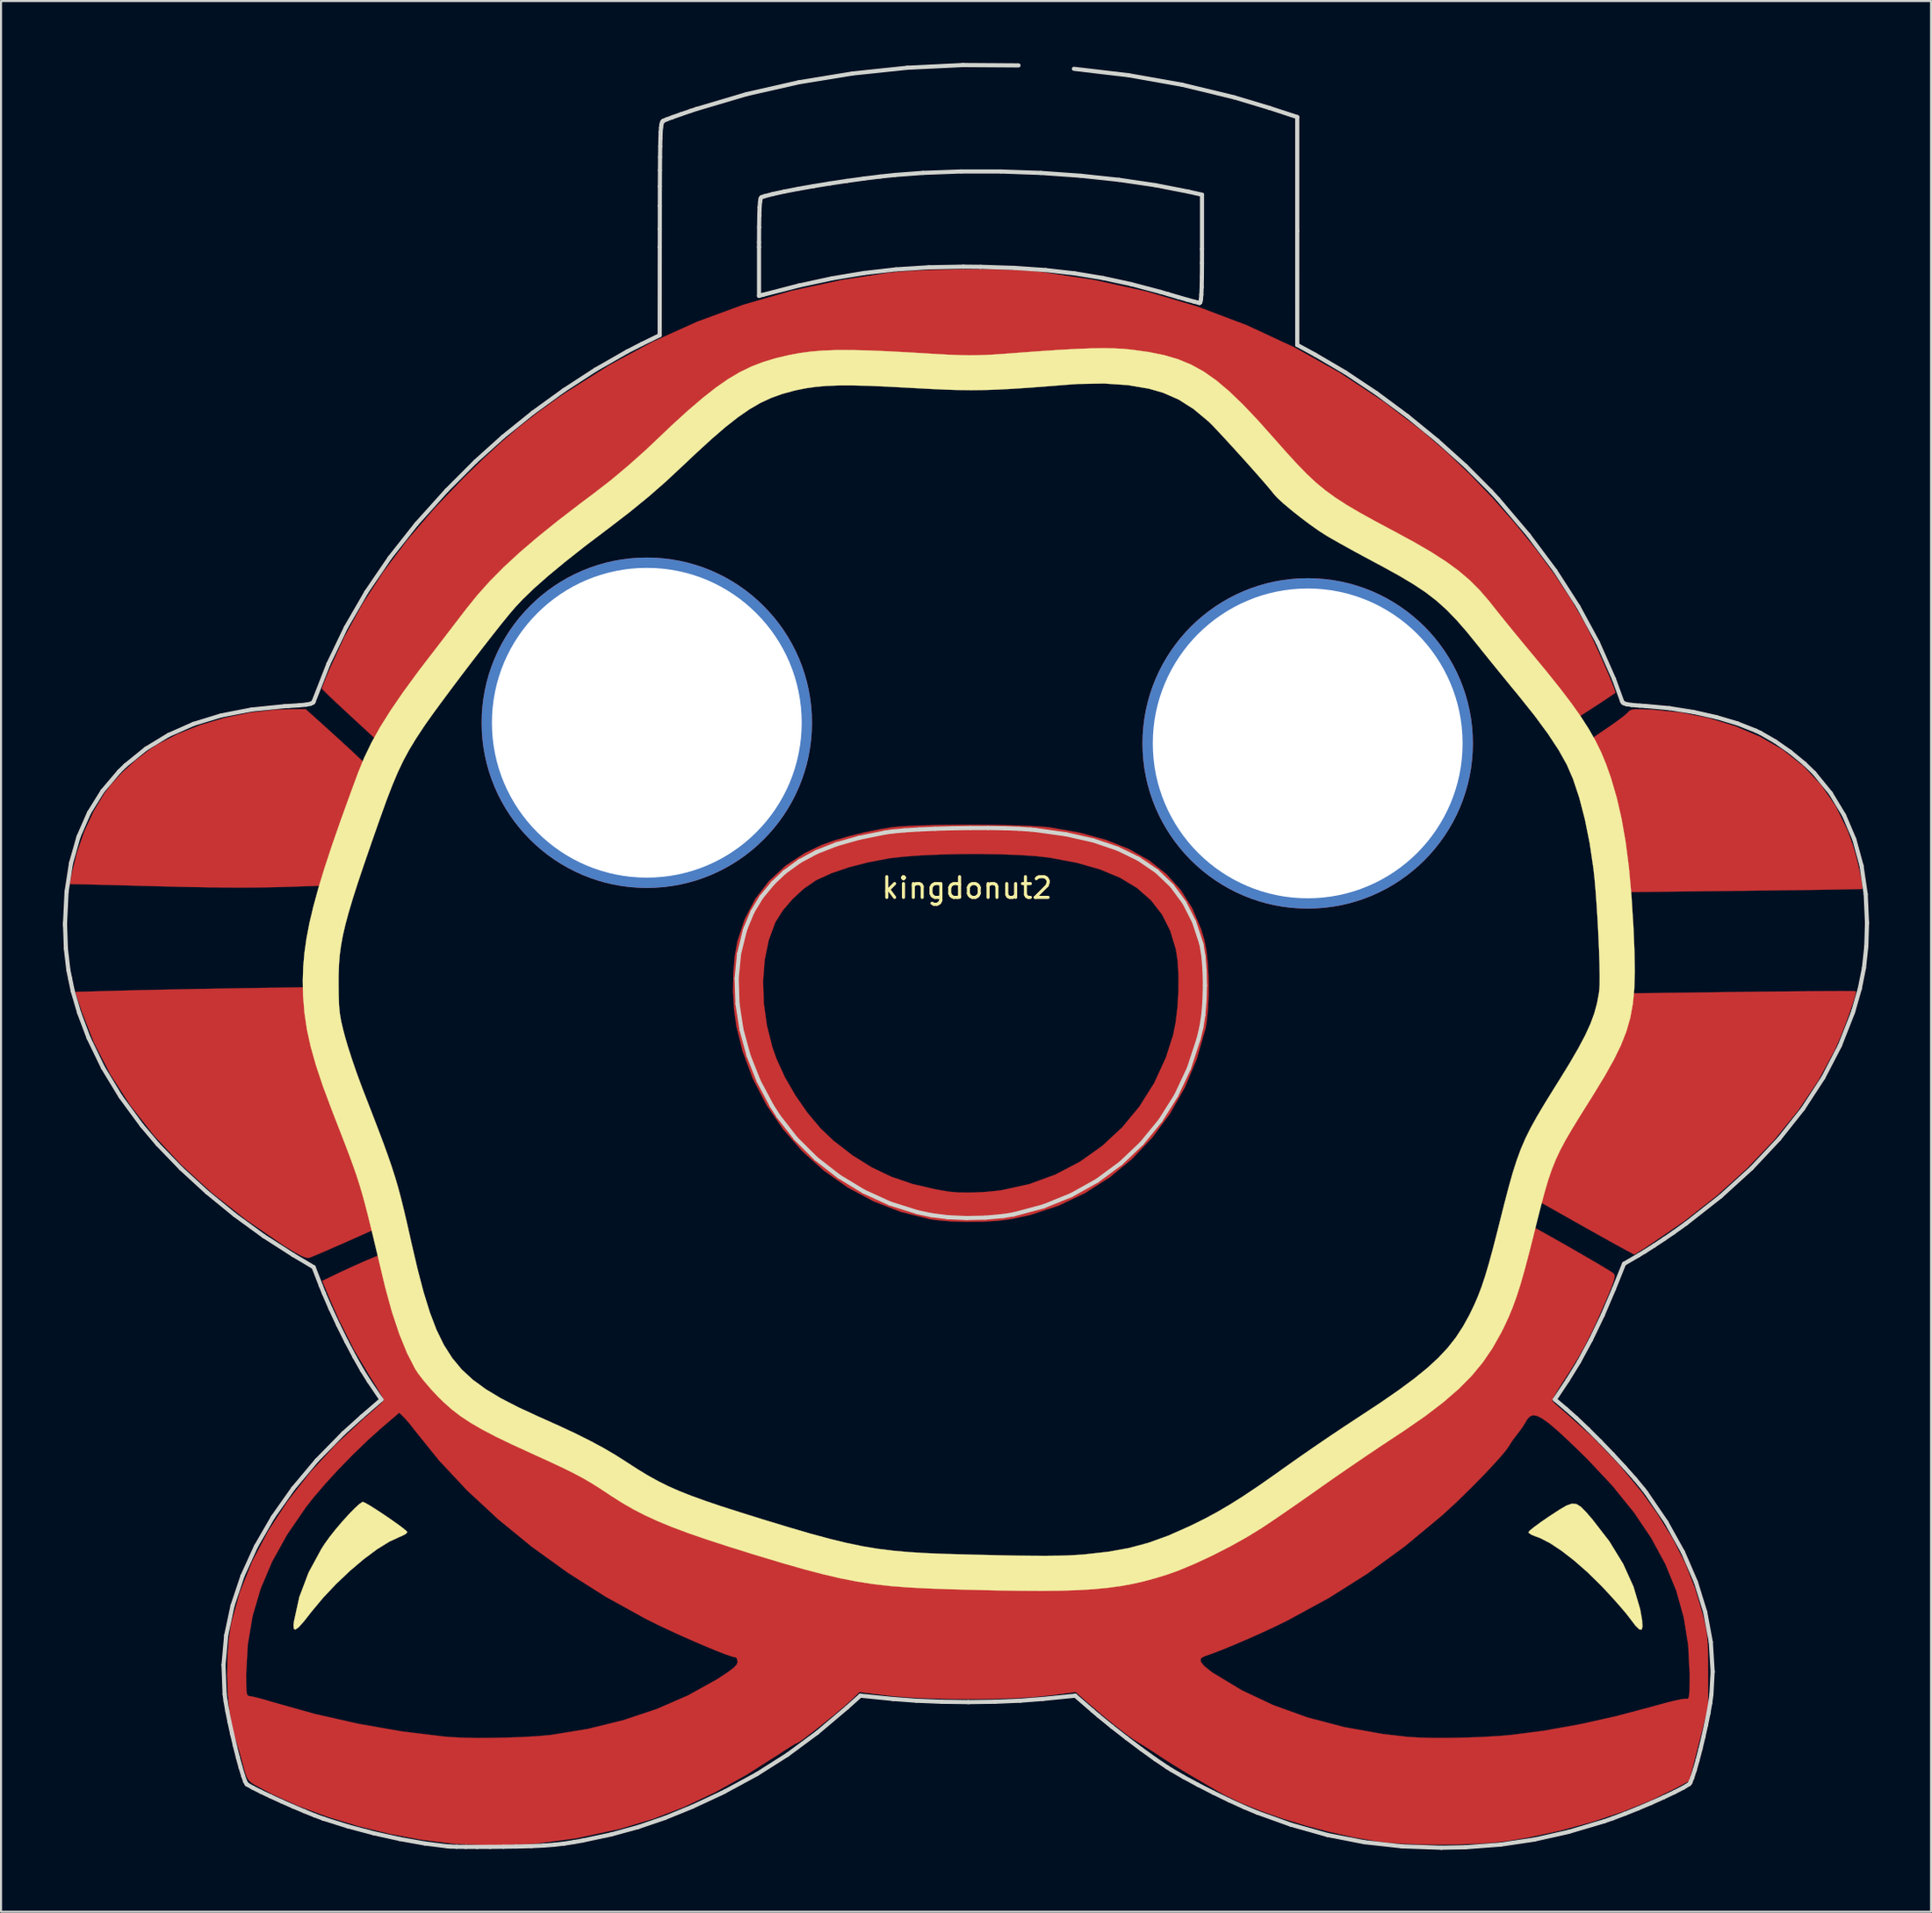
<source format=kicad_pcb>
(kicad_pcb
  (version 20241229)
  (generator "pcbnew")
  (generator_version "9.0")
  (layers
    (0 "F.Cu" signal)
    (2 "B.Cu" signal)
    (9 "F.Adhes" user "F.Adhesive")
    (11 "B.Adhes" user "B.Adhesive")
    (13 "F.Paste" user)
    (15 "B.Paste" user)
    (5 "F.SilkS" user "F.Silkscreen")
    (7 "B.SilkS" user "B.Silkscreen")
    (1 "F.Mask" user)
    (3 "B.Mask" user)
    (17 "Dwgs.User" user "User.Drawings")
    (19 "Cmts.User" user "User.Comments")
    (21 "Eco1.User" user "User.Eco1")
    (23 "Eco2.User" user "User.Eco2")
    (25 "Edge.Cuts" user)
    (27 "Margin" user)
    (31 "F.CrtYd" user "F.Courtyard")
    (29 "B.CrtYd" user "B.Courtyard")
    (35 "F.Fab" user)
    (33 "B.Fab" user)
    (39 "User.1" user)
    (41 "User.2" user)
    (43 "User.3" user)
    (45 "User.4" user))
  (footprint "kingdonut2"
    (layer "F.Cu")
    (at 43.769 39.947)
    (property "Reference" "kingdonut2" (at 0 0 0) (layer "F.SilkS") (effects (font (size 1 1) (thickness 0.15))))
    (attr through_hole)
    (fp_poly (pts (xy -31.085 -7.816) (xy -30.662 -7.434) (xy -30.22 -7.03) (xy -29.813 -6.654) (xy -29.521 -6.381) (xy -28.892 -5.786) (xy -29.898 -2.954) (xy -30.903 -0.123) (xy -32.644 -0.062) (xy -33.421 -0.039) (xy -34.208 -0.024) (xy -35.034 -0.018) (xy -35.925 -0.021) (xy -36.91 -0.033) (xy -38.017 -0.054) (xy -39.273 -0.085) (xy -39.793 -0.099) (xy -40.478 -0.117) (xy -41.14 -0.135) (xy -41.743 -0.151) (xy -42.251 -0.163) (xy -42.627 -0.172) (xy -42.768 -0.175) (xy -43.438 -0.188) (xy -43.355 -0.635) (xy -43.098 -1.696) (xy -42.735 -2.737) (xy -42.284 -3.712) (xy -41.767 -4.573) (xy -41.461 -4.983) (xy -40.902 -5.592) (xy -40.24 -6.192) (xy -39.548 -6.72) (xy -39.199 -6.946) (xy -38.214 -7.456) (xy -37.1 -7.894) (xy -35.908 -8.245) (xy -34.686 -8.495) (xy -33.485 -8.632) (xy -32.813 -8.655) (xy -32.019 -8.655) (xy -31.085 -7.816)) (stroke (width 0.01) (type solid)) (fill yes) (layer "F.Cu"))
    (fp_poly (pts (xy -31.659 5.295) (xy -31.571 5.909) (xy -31.459 6.516) (xy -31.314 7.142) (xy -31.128 7.812) (xy -30.896 8.55) (xy -30.608 9.383) (xy -30.258 10.334) (xy -29.837 11.43) (xy -29.806 11.511) (xy -29.408 12.558) (xy -29.069 13.506) (xy -28.793 14.341) (xy -28.584 15.048) (xy -28.447 15.615) (xy -28.386 16.025) (xy -28.363 16.387) (xy -30.01 17.118) (xy -30.537 17.35) (xy -31.015 17.559) (xy -31.414 17.731) (xy -31.703 17.852) (xy -31.851 17.91) (xy -31.853 17.91) (xy -31.987 17.907) (xy -32.202 17.826) (xy -32.518 17.657) (xy -32.958 17.39) (xy -33.124 17.284) (xy -34.923 16.051) (xy -36.564 14.755) (xy -38.045 13.399) (xy -39.359 11.989) (xy -40.505 10.53) (xy -41.476 9.025) (xy -42.27 7.481) (xy -42.843 6.021) (xy -43.174 5.033) (xy -40.99 4.973) (xy -40.358 4.957) (xy -39.58 4.939) (xy -38.697 4.92) (xy -37.75 4.902) (xy -36.78 4.884) (xy -35.829 4.867) (xy -35.263 4.858) (xy -31.72 4.804) (xy -31.659 5.295)) (stroke (width 0.01) (type solid)) (fill yes) (layer "F.Cu"))
    (fp_poly (pts (xy 16.792 -13.613) (xy 17.402 -13.58) (xy 17.961 -13.53) (xy 18.421 -13.467) (xy 18.674 -13.414) (xy 19.516 -13.116) (xy 20.309 -12.701) (xy 21.019 -12.193) (xy 21.612 -11.616) (xy 22.054 -10.996) (xy 22.087 -10.937) (xy 22.461 -10.072) (xy 22.733 -9.1) (xy 22.895 -8.077) (xy 22.939 -7.057) (xy 22.856 -6.097) (xy 22.832 -5.961) (xy 22.546 -4.862) (xy 22.133 -3.901) (xy 21.593 -3.08) (xy 20.925 -2.396) (xy 20.13 -1.851) (xy 19.207 -1.445) (xy 18.75 -1.307) (xy 18.16 -1.19) (xy 17.447 -1.111) (xy 16.675 -1.07) (xy 15.906 -1.07) (xy 15.204 -1.113) (xy 14.746 -1.177) (xy 13.692 -1.457) (xy 12.763 -1.874) (xy 11.963 -2.423) (xy 11.295 -3.104) (xy 10.763 -3.913) (xy 10.682 -4.073) (xy 10.297 -5.04) (xy 10.067 -6.06) (xy 9.989 -7.153) (xy 10.058 -8.345) (xy 10.061 -8.368) (xy 10.223 -9.337) (xy 10.478 -10.173) (xy 10.843 -10.914) (xy 11.336 -11.599) (xy 11.752 -12.05) (xy 12.416 -12.611) (xy 13.165 -13.044) (xy 14.014 -13.354) (xy 14.979 -13.544) (xy 16.075 -13.62) (xy 16.792 -13.613)) (stroke (width 0.01) (type solid)) (fill yes) (layer "F.Cu"))
    (fp_poly (pts (xy -14.138 -14.603) (xy -13.5 -14.529) (xy -12.947 -14.415) (xy -12.428 -14.247) (xy -11.89 -14.015) (xy -11.778 -13.961) (xy -10.968 -13.474) (xy -10.289 -12.865) (xy -9.734 -12.125) (xy -9.297 -11.245) (xy -9.017 -10.395) (xy -8.902 -9.817) (xy -8.829 -9.131) (xy -8.799 -8.396) (xy -8.811 -7.669) (xy -8.868 -7.01) (xy -8.965 -6.491) (xy -9.327 -5.446) (xy -9.815 -4.54) (xy -10.428 -3.774) (xy -11.164 -3.149) (xy -12.022 -2.667) (xy -12.953 -2.341) (xy -13.543 -2.225) (xy -14.256 -2.145) (xy -15.028 -2.105) (xy -15.797 -2.105) (xy -16.499 -2.148) (xy -16.957 -2.212) (xy -18.016 -2.494) (xy -18.949 -2.915) (xy -19.754 -3.474) (xy -20.429 -4.169) (xy -20.974 -4.999) (xy -21.386 -5.962) (xy -21.517 -6.397) (xy -21.601 -6.849) (xy -21.655 -7.433) (xy -21.679 -8.097) (xy -21.674 -8.787) (xy -21.64 -9.45) (xy -21.576 -10.033) (xy -21.509 -10.385) (xy -21.223 -11.229) (xy -20.795 -12.035) (xy -20.253 -12.768) (xy -19.624 -13.396) (xy -18.934 -13.883) (xy -18.687 -14.012) (xy -17.852 -14.336) (xy -16.938 -14.546) (xy -15.919 -14.646) (xy -14.911 -14.646) (xy -14.138 -14.603)) (stroke (width 0.01) (type solid)) (fill yes) (layer "F.Cu"))
    (fp_poly (pts (xy 42.688 4.994) (xy 42.95 4.997) (xy 43.04 5.002) (xy 43.033 5.11) (xy 42.966 5.358) (xy 42.853 5.71) (xy 42.706 6.134) (xy 42.536 6.594) (xy 42.357 7.055) (xy 42.181 7.484) (xy 42.019 7.847) (xy 42.015 7.855) (xy 41.218 9.331) (xy 40.241 10.781) (xy 39.092 12.197) (xy 37.78 13.571) (xy 36.312 14.895) (xy 34.695 16.16) (xy 32.938 17.359) (xy 32.691 17.516) (xy 32.314 17.751) (xy 31.703 17.421) (xy 31.44 17.277) (xy 31.046 17.059) (xy 30.556 16.786) (xy 30.003 16.476) (xy 29.422 16.149) (xy 29.194 16.02) (xy 27.296 14.949) (xy 27.476 14.3) (xy 27.638 13.748) (xy 27.809 13.243) (xy 28.005 12.754) (xy 28.239 12.254) (xy 28.527 11.711) (xy 28.882 11.096) (xy 29.32 10.379) (xy 29.721 9.742) (xy 30.208 8.964) (xy 30.599 8.309) (xy 30.91 7.747) (xy 31.155 7.249) (xy 31.349 6.784) (xy 31.505 6.322) (xy 31.639 5.835) (xy 31.658 5.756) (xy 31.817 5.105) (xy 37.409 5.035) (xy 38.417 5.023) (xy 39.368 5.013) (xy 40.245 5.005) (xy 41.032 4.999) (xy 41.712 4.995) (xy 42.27 4.993) (xy 42.688 4.994)) (stroke (width 0.01) (type solid)) (fill yes) (layer "F.Cu"))
    (fp_poly (pts (xy 33.011 -8.64) (xy 33.22 -8.63) (xy 34.585 -8.492) (xy 35.924 -8.222) (xy 37.202 -7.831) (xy 38.384 -7.329) (xy 39.438 -6.728) (xy 39.511 -6.679) (xy 40.504 -5.895) (xy 41.355 -4.987) (xy 42.064 -3.957) (xy 42.63 -2.804) (xy 42.881 -2.117) (xy 42.997 -1.729) (xy 43.11 -1.301) (xy 43.212 -0.873) (xy 43.293 -0.485) (xy 43.345 -0.177) (xy 43.359 0.01) (xy 43.349 0.046) (xy 43.253 0.051) (xy 42.984 0.058) (xy 42.56 0.067) (xy 41.996 0.077) (xy 41.308 0.088) (xy 40.513 0.099) (xy 39.627 0.111) (xy 38.665 0.123) (xy 37.645 0.136) (xy 37.519 0.137) (xy 31.717 0.204) (xy 31.665 -0.204) (xy 31.496 -1.455) (xy 31.328 -2.541) (xy 31.156 -3.484) (xy 30.975 -4.307) (xy 30.779 -5.031) (xy 30.565 -5.681) (xy 30.341 -6.243) (xy 30.201 -6.589) (xy 30.103 -6.871) (xy 30.064 -7.044) (xy 30.067 -7.073) (xy 30.162 -7.155) (xy 30.38 -7.316) (xy 30.687 -7.53) (xy 30.981 -7.728) (xy 31.349 -7.981) (xy 31.67 -8.216) (xy 31.903 -8.403) (xy 31.997 -8.493) (xy 32.076 -8.575) (xy 32.18 -8.627) (xy 32.346 -8.652) (xy 32.611 -8.655) (xy 33.011 -8.64)) (stroke (width 0.01) (type solid)) (fill yes) (layer "F.Cu"))
    (fp_poly (pts (xy 1.278 -3.052) (xy 2.073 -3.037) (xy 2.794 -3.014) (xy 3.406 -2.983) (xy 3.878 -2.945) (xy 3.998 -2.931) (xy 5.438 -2.679) (xy 6.719 -2.33) (xy 7.846 -1.881) (xy 8.824 -1.329) (xy 9.656 -0.67) (xy 10.349 0.098) (xy 10.906 0.981) (xy 11.332 1.98) (xy 11.489 2.493) (xy 11.594 3.024) (xy 11.665 3.687) (xy 11.701 4.425) (xy 11.702 5.185) (xy 11.667 5.912) (xy 11.595 6.552) (xy 11.538 6.852) (xy 11.12 8.304) (xy 10.547 9.665) (xy 9.83 10.925) (xy 8.98 12.076) (xy 8.006 13.106) (xy 6.919 14.006) (xy 5.728 14.767) (xy 4.444 15.378) (xy 3.077 15.829) (xy 2.127 16.035) (xy 1.501 16.114) (xy 0.762 16.158) (xy -0.022 16.167) (xy -0.788 16.143) (xy -1.47 16.083) (xy -1.787 16.035) (xy -3.189 15.687) (xy -4.52 15.172) (xy -5.769 14.502) (xy -6.923 13.689) (xy -7.972 12.744) (xy -8.902 11.68) (xy -9.702 10.508) (xy -10.361 9.24) (xy -10.866 7.888) (xy -11.16 6.705) (xy -11.273 5.906) (xy -11.323 5.028) (xy -11.316 4.513) (xy -9.871 4.513) (xy -9.835 5.584) (xy -9.685 6.662) (xy -9.421 7.711) (xy -9.221 8.279) (xy -8.815 9.166) (xy -8.302 10.055) (xy -7.714 10.897) (xy -7.085 11.644) (xy -6.473 12.23) (xy -5.538 12.951) (xy -4.614 13.53) (xy -3.661 13.985) (xy -2.634 14.336) (xy -1.493 14.6) (xy -0.847 14.709) (xy -0.382 14.748) (xy 0.201 14.752) (xy 0.839 14.724) (xy 1.466 14.664) (xy 1.693 14.633) (xy 3.03 14.338) (xy 4.292 13.876) (xy 5.468 13.259) (xy 6.546 12.496) (xy 7.513 11.599) (xy 8.358 10.578) (xy 9.07 9.443) (xy 9.636 8.207) (xy 9.985 7.119) (xy 10.109 6.502) (xy 10.195 5.777) (xy 10.241 5.004) (xy 10.244 4.239) (xy 10.204 3.541) (xy 10.118 2.973) (xy 9.845 2.074) (xy 9.446 1.283) (xy 8.915 0.596) (xy 8.244 0.007) (xy 7.428 -0.489) (xy 6.458 -0.896) (xy 5.33 -1.219) (xy 4.035 -1.464) (xy 3.976 -1.473) (xy 3.328 -1.545) (xy 2.533 -1.598) (xy 1.632 -1.632) (xy 0.667 -1.647) (xy -0.322 -1.644) (xy -1.294 -1.621) (xy -2.209 -1.58) (xy -3.025 -1.521) (xy -3.703 -1.445) (xy -3.78 -1.433) (xy -4.782 -1.244) (xy -5.719 -1.002) (xy -6.552 -0.718) (xy -7.243 -0.404) (xy -7.336 -0.353) (xy -7.899 0.035) (xy -8.442 0.532) (xy -8.914 1.084) (xy -9.263 1.637) (xy -9.291 1.693) (xy -9.599 2.532) (xy -9.792 3.484) (xy -9.871 4.513) (xy -11.316 4.513) (xy -11.312 4.135) (xy -11.24 3.294) (xy -11.113 2.587) (xy -10.757 1.507) (xy -10.247 0.534) (xy -9.588 -0.327) (xy -8.785 -1.071) (xy -7.842 -1.692) (xy -7.036 -2.078) (xy -6.459 -2.285) (xy -5.753 -2.492) (xy -4.977 -2.684) (xy -4.189 -2.844) (xy -3.622 -2.937) (xy -3.223 -2.977) (xy -2.669 -3.009) (xy -1.993 -3.034) (xy -1.227 -3.05) (xy -0.405 -3.058) (xy 0.442 -3.059) (xy 1.278 -3.052)) (stroke (width 0.01) (type solid)) (fill yes) (layer "F.Cu"))
    (fp_poly (pts (xy 1.251 -29.952) (xy 2.117 -29.93) (xy 2.88 -29.893) (xy 3.499 -29.84) (xy 3.528 -29.837) (xy 6.162 -29.44) (xy 8.711 -28.877) (xy 11.173 -28.146) (xy 13.55 -27.247) (xy 15.844 -26.181) (xy 18.054 -24.946) (xy 20.182 -23.542) (xy 22.072 -22.098) (xy 23.22 -21.106) (xy 24.362 -20.015) (xy 25.477 -18.851) (xy 26.545 -17.639) (xy 27.544 -16.406) (xy 28.451 -15.176) (xy 29.247 -13.977) (xy 29.909 -12.833) (xy 30.146 -12.369) (xy 30.351 -11.937) (xy 30.569 -11.463) (xy 30.786 -10.978) (xy 30.989 -10.511) (xy 31.165 -10.095) (xy 31.3 -9.759) (xy 31.382 -9.535) (xy 31.399 -9.454) (xy 31.243 -9.343) (xy 30.986 -9.17) (xy 30.666 -8.958) (xy 30.315 -8.73) (xy 29.971 -8.508) (xy 29.667 -8.315) (xy 29.44 -8.174) (xy 29.324 -8.108) (xy 29.316 -8.106) (xy 29.166 -8.324) (xy 28.914 -8.662) (xy 28.58 -9.096) (xy 28.181 -9.601) (xy 27.737 -10.155) (xy 27.267 -10.732) (xy 26.789 -11.309) (xy 26.778 -11.322) (xy 26.351 -11.836) (xy 25.944 -12.332) (xy 25.579 -12.78) (xy 25.278 -13.154) (xy 25.066 -13.425) (xy 25.001 -13.511) (xy 24.585 -14.011) (xy 24.052 -14.55) (xy 23.45 -15.081) (xy 22.832 -15.558) (xy 22.541 -15.757) (xy 22.223 -15.953) (xy 21.777 -16.215) (xy 21.242 -16.52) (xy 20.655 -16.847) (xy 20.055 -17.173) (xy 19.922 -17.244) (xy 19.073 -17.703) (xy 18.36 -18.105) (xy 17.754 -18.473) (xy 17.225 -18.831) (xy 16.741 -19.204) (xy 16.273 -19.616) (xy 15.79 -20.091) (xy 15.263 -20.653) (xy 14.66 -21.325) (xy 14.36 -21.665) (xy 13.563 -22.554) (xy 12.848 -23.302) (xy 12.194 -23.92) (xy 11.578 -24.424) (xy 10.977 -24.826) (xy 10.37 -25.14) (xy 9.733 -25.38) (xy 9.044 -25.56) (xy 8.281 -25.692) (xy 7.557 -25.777) (xy 7.242 -25.806) (xy 6.932 -25.825) (xy 6.605 -25.834) (xy 6.238 -25.832) (xy 5.809 -25.819) (xy 5.296 -25.794) (xy 4.675 -25.755) (xy 3.926 -25.702) (xy 3.025 -25.635) (xy 2.399 -25.586) (xy 1.759 -25.542) (xy 1.138 -25.514) (xy 0.506 -25.502) (xy -0.171 -25.507) (xy -0.926 -25.528) (xy -1.79 -25.566) (xy -2.796 -25.621) (xy -3.246 -25.649) (xy -4.081 -25.698) (xy -4.762 -25.732) (xy -5.324 -25.751) (xy -5.798 -25.755) (xy -6.22 -25.746) (xy -6.623 -25.723) (xy -6.961 -25.695) (xy -7.791 -25.6) (xy -8.539 -25.473) (xy -9.229 -25.302) (xy -9.88 -25.075) (xy -10.515 -24.78) (xy -11.156 -24.406) (xy -11.823 -23.94) (xy -12.538 -23.372) (xy -13.322 -22.688) (xy -14.197 -21.878) (xy -14.604 -21.49) (xy -15.38 -20.767) (xy -16.16 -20.079) (xy -16.902 -19.462) (xy -17.534 -18.974) (xy -18.637 -18.153) (xy -19.602 -17.411) (xy -20.451 -16.725) (xy -21.204 -16.078) (xy -21.885 -15.447) (xy -22.514 -14.813) (xy -23.113 -14.155) (xy -23.705 -13.452) (xy -24.311 -12.686) (xy -24.41 -12.557) (xy -25.08 -11.68) (xy -25.647 -10.935) (xy -26.121 -10.306) (xy -26.517 -9.777) (xy -26.844 -9.332) (xy -27.116 -8.954) (xy -27.343 -8.627) (xy -27.539 -8.335) (xy -27.714 -8.062) (xy -27.834 -7.867) (xy -28.377 -6.977) (xy -29.805 -8.294) (xy -30.233 -8.69) (xy -30.61 -9.044) (xy -30.915 -9.334) (xy -31.128 -9.542) (xy -31.228 -9.647) (xy -31.233 -9.655) (xy -31.199 -9.756) (xy -31.109 -9.99) (xy -30.978 -10.314) (xy -30.903 -10.498) (xy -30.149 -12.146) (xy -29.273 -13.74) (xy -28.261 -15.299) (xy -27.101 -16.84) (xy -25.78 -18.381) (xy -24.372 -19.854) (xy -23.422 -20.781) (xy -22.539 -21.592) (xy -21.681 -22.321) (xy -20.805 -23.005) (xy -19.868 -23.68) (xy -19.426 -23.983) (xy -17.341 -25.297) (xy -15.223 -26.441) (xy -13.054 -27.421) (xy -10.818 -28.242) (xy -8.499 -28.912) (xy -6.079 -29.435) (xy -3.81 -29.786) (xy -3.188 -29.848) (xy -2.423 -29.896) (xy -1.555 -29.931) (xy -0.626 -29.953) (xy 0.323 -29.959) (xy 1.251 -29.952)) (stroke (width 0.01) (type solid)) (fill yes) (layer "F.Cu"))
    (fp_poly (pts (xy 27.544 16.481) (xy 28.169 16.83) (xy 28.797 17.184) (xy 29.402 17.53) (xy 29.963 17.853) (xy 30.456 18.141) (xy 30.858 18.38) (xy 31.148 18.557) (xy 31.301 18.659) (xy 31.314 18.671) (xy 31.357 18.747) (xy 31.355 18.873) (xy 31.3 19.077) (xy 31.184 19.388) (xy 31 19.835) (xy 30.947 19.958) (xy 30.572 20.818) (xy 30.234 21.544) (xy 29.909 22.184) (xy 29.573 22.781) (xy 29.203 23.381) (xy 29.004 23.688) (xy 28.749 24.083) (xy 28.541 24.423) (xy 28.396 24.677) (xy 28.334 24.814) (xy 28.333 24.827) (xy 28.415 24.918) (xy 28.608 25.095) (xy 28.874 25.324) (xy 28.975 25.408) (xy 30.299 26.594) (xy 31.549 27.896) (xy 32.683 29.267) (xy 33.411 30.282) (xy 34.16 31.49) (xy 34.763 32.675) (xy 35.246 33.892) (xy 35.618 35.137) (xy 35.714 35.525) (xy 35.784 35.857) (xy 35.832 36.175) (xy 35.862 36.525) (xy 35.879 36.948) (xy 35.886 37.489) (xy 35.887 37.912) (xy 35.889 39.652) (xy 35.432 41.443) (xy 34.975 43.235) (xy 34.35 43.575) (xy 33.134 44.171) (xy 31.771 44.721) (xy 30.301 45.214) (xy 28.763 45.636) (xy 27.196 45.975) (xy 26.106 46.157) (xy 25.439 46.231) (xy 24.642 46.283) (xy 23.759 46.314) (xy 22.838 46.323) (xy 21.927 46.311) (xy 21.071 46.277) (xy 20.317 46.221) (xy 19.821 46.16) (xy 18.698 45.961) (xy 17.544 45.703) (xy 16.391 45.398) (xy 15.273 45.057) (xy 14.225 44.689) (xy 13.279 44.307) (xy 12.47 43.919) (xy 12.115 43.719) (xy 11.883 43.582) (xy 11.542 43.382) (xy 11.146 43.15) (xy 10.892 43.002) (xy 10.433 42.729) (xy 9.946 42.428) (xy 9.508 42.149) (xy 9.348 42.042) (xy 8.988 41.804) (xy 8.64 41.582) (xy 8.369 41.417) (xy 8.327 41.393) (xy 8.024 41.198) (xy 7.61 40.895) (xy 7.11 40.504) (xy 6.549 40.045) (xy 5.955 39.537) (xy 5.948 39.531) (xy 5.264 38.936) (xy 3.973 39.103) (xy 3.259 39.175) (xy 2.4 39.228) (xy 1.439 39.262) (xy 0.419 39.277) (xy -0.619 39.273) (xy -1.63 39.251) (xy -2.574 39.21) (xy -3.407 39.15) (xy -3.848 39.103) (xy -5.204 38.936) (xy -5.589 39.309) (xy -5.809 39.509) (xy -6.115 39.772) (xy -6.476 40.073) (xy -6.866 40.389) (xy -7.253 40.697) (xy -7.61 40.975) (xy -7.907 41.199) (xy -8.116 41.345) (xy -8.204 41.393) (xy -8.312 41.442) (xy -8.538 41.576) (xy -8.847 41.772) (xy -9.105 41.943) (xy -10.678 42.944) (xy -12.196 43.789) (xy -13.687 44.493) (xy -15.18 45.069) (xy -16.704 45.531) (xy -16.886 45.578) (xy -18.915 46.015) (xy -20.897 46.278) (xy -22.852 46.367) (xy -24.798 46.285) (xy -24.861 46.279) (xy -26.377 46.093) (xy -27.922 45.807) (xy -29.458 45.431) (xy -30.948 44.978) (xy -32.355 44.457) (xy -33.64 43.881) (xy -34.431 43.459) (xy -34.623 43.343) (xy -34.756 43.232) (xy -34.854 43.083) (xy -34.941 42.855) (xy -35.039 42.507) (xy -35.099 42.277) (xy -35.214 41.859) (xy -35.324 41.492) (xy -35.414 41.226) (xy -35.454 41.132) (xy -35.51 40.959) (xy -35.579 40.646) (xy -35.651 40.237) (xy -35.713 39.819) (xy -35.79 39.006) (xy -35.82 38.125) (xy -35.819 38.076) (xy -34.9 38.076) (xy -34.898 38.536) (xy -34.888 38.84) (xy -34.864 39.02) (xy -34.82 39.107) (xy -34.753 39.134) (xy -34.725 39.135) (xy -34.564 39.162) (xy -34.271 39.234) (xy -33.893 39.34) (xy -33.62 39.422) (xy -31.574 39.996) (xy -29.471 40.473) (xy -27.371 40.841) (xy -25.335 41.089) (xy -25.077 41.112) (xy -24.519 41.143) (xy -23.827 41.158) (xy -23.052 41.157) (xy -22.248 41.141) (xy -21.467 41.112) (xy -20.761 41.071) (xy -20.182 41.019) (xy -20.132 41.013) (xy -18.356 40.722) (xy -16.642 40.3) (xy -15.015 39.756) (xy -13.499 39.096) (xy -12.116 38.329) (xy -11.958 38.228) (xy -11.554 37.958) (xy -11.292 37.757) (xy -11.149 37.604) (xy -11.102 37.478) (xy -11.101 37.465) (xy -11.103 37.459) (xy 11.317 37.459) (xy 11.48 37.669) (xy 11.817 37.94) (xy 11.924 38.015) (xy 13.316 38.855) (xy 14.844 39.573) (xy 16.497 40.168) (xy 18.265 40.634) (xy 20.136 40.968) (xy 21.308 41.104) (xy 21.87 41.14) (xy 22.572 41.157) (xy 23.365 41.157) (xy 24.201 41.14) (xy 25.032 41.108) (xy 25.811 41.061) (xy 26.341 41.015) (xy 27.94 40.809) (xy 29.651 40.503) (xy 31.433 40.106) (xy 33.242 39.625) (xy 33.344 39.596) (xy 33.824 39.463) (xy 34.25 39.357) (xy 34.584 39.286) (xy 34.79 39.258) (xy 34.826 39.261) (xy 34.894 39.266) (xy 34.942 39.22) (xy 34.971 39.095) (xy 34.988 38.863) (xy 34.994 38.494) (xy 34.996 38.056) (xy 34.925 36.665) (xy 34.71 35.324) (xy 34.344 34.02) (xy 33.822 32.743) (xy 33.139 31.481) (xy 32.289 30.224) (xy 31.266 28.959) (xy 30.064 27.676) (xy 29.708 27.324) (xy 29.089 26.73) (xy 28.584 26.264) (xy 28.178 25.919) (xy 27.857 25.688) (xy 27.607 25.561) (xy 27.411 25.531) (xy 27.257 25.59) (xy 27.128 25.73) (xy 27.049 25.866) (xy 26.895 26.115) (xy 26.693 26.389) (xy 26.656 26.435) (xy 26.45 26.703) (xy 26.275 26.97) (xy 26.252 27.01) (xy 26.103 27.224) (xy 25.838 27.542) (xy 25.48 27.94) (xy 25.054 28.392) (xy 24.582 28.876) (xy 24.087 29.367) (xy 23.593 29.842) (xy 23.122 30.276) (xy 22.979 30.403) (xy 21.201 31.88) (xy 19.394 33.198) (xy 17.516 34.384) (xy 15.525 35.467) (xy 15.404 35.528) (xy 14.839 35.802) (xy 14.209 36.094) (xy 13.553 36.385) (xy 12.912 36.66) (xy 12.324 36.9) (xy 11.831 37.089) (xy 11.501 37.202) (xy 11.324 37.305) (xy 11.317 37.459) (xy -11.103 37.459) (xy -11.142 37.3) (xy -11.211 37.253) (xy -11.383 37.215) (xy -11.696 37.106) (xy -12.123 36.941) (xy -12.635 36.73) (xy -13.206 36.485) (xy -13.806 36.22) (xy -14.408 35.944) (xy -14.983 35.672) (xy -15.504 35.414) (xy -15.569 35.381) (xy -17.477 34.328) (xy -19.313 33.164) (xy -21.058 31.907) (xy -22.692 30.572) (xy -24.197 29.174) (xy -25.552 27.729) (xy -26.717 26.284) (xy -26.941 25.996) (xy -27.159 25.738) (xy -27.267 25.624) (xy -27.488 25.409) (xy -28.349 26.145) (xy -29.016 26.744) (xy -29.719 27.422) (xy -30.419 28.14) (xy -31.077 28.857) (xy -31.654 29.532) (xy -32.018 29.997) (xy -32.922 31.32) (xy -33.648 32.627) (xy -34.202 33.936) (xy -34.591 35.265) (xy -34.821 36.633) (xy -34.9 38.058) (xy -34.9 38.076) (xy -35.819 38.076) (xy -35.803 37.236) (xy -35.741 36.4) (xy -35.636 35.677) (xy -35.613 35.568) (xy -35.2 34.088) (xy -34.606 32.611) (xy -33.838 31.149) (xy -32.905 29.713) (xy -31.813 28.315) (xy -30.571 26.964) (xy -29.184 25.674) (xy -28.975 25.495) (xy -28.671 25.233) (xy -28.425 25.011) (xy -28.272 24.861) (xy -28.237 24.818) (xy -28.274 24.713) (xy -28.396 24.483) (xy -28.586 24.163) (xy -28.826 23.782) (xy -28.861 23.728) (xy -29.664 22.38) (xy -30.412 20.896) (xy -30.841 19.922) (xy -31.213 19.028) (xy -30.87 18.861) (xy -30.282 18.58) (xy -29.713 18.318) (xy -29.188 18.085) (xy -28.732 17.892) (xy -28.37 17.749) (xy -28.128 17.668) (xy -28.032 17.658) (xy -27.984 17.777) (xy -27.909 18.036) (xy -27.818 18.394) (xy -27.755 18.664) (xy -27.451 19.835) (xy -27.088 20.941) (xy -26.686 21.926) (xy -26.62 22.068) (xy -26.221 22.81) (xy -25.763 23.476) (xy -25.226 24.081) (xy -24.59 24.641) (xy -23.837 25.173) (xy -22.947 25.692) (xy -21.9 26.216) (xy -21.291 26.493) (xy -20.221 26.977) (xy -19.307 27.411) (xy -18.527 27.806) (xy -17.859 28.174) (xy -17.28 28.527) (xy -17.063 28.67) (xy -16.519 29.028) (xy -15.995 29.346) (xy -15.468 29.635) (xy -14.914 29.906) (xy -14.307 30.169) (xy -13.624 30.434) (xy -12.84 30.712) (xy -11.931 31.013) (xy -10.872 31.347) (xy -10.482 31.468) (xy -9.27 31.837) (xy -8.198 32.151) (xy -7.237 32.417) (xy -6.356 32.637) (xy -5.528 32.818) (xy -4.721 32.963) (xy -3.908 33.077) (xy -3.058 33.164) (xy -2.142 33.23) (xy -1.13 33.278) (xy 0.006 33.314) (xy 1.297 33.342) (xy 1.505 33.346) (xy 2.917 33.362) (xy 4.166 33.352) (xy 5.276 33.312) (xy 6.27 33.24) (xy 7.174 33.13) (xy 8.009 32.978) (xy 8.802 32.782) (xy 9.574 32.536) (xy 10.351 32.236) (xy 11.156 31.879) (xy 11.618 31.658) (xy 12.26 31.33) (xy 12.908 30.968) (xy 13.59 30.556) (xy 14.33 30.077) (xy 15.156 29.515) (xy 16.094 28.853) (xy 16.322 28.69) (xy 16.859 28.311) (xy 17.501 27.868) (xy 18.195 27.398) (xy 18.886 26.938) (xy 19.52 26.524) (xy 20.561 25.842) (xy 21.453 25.231) (xy 22.214 24.674) (xy 22.864 24.157) (xy 23.42 23.664) (xy 23.902 23.18) (xy 24.329 22.69) (xy 24.558 22.396) (xy 24.9 21.92) (xy 25.202 21.447) (xy 25.473 20.953) (xy 25.724 20.413) (xy 25.963 19.802) (xy 26.202 19.097) (xy 26.449 18.273) (xy 26.714 17.306) (xy 26.916 16.535) (xy 27.006 16.183) (xy 27.544 16.481)) (stroke (width 0.01) (type solid)) (fill yes) (layer "F.Cu"))
    (fp_poly (pts (xy 11.678 38.13) (xy 12.683 38.755) (xy 13.829 39.341) (xy 15.07 39.867) (xy 16.36 40.313) (xy 16.792 40.44) (xy 18.633 40.865) (xy 20.574 41.138) (xy 22.604 41.26) (xy 24.713 41.23) (xy 26.89 41.049) (xy 29.126 40.719) (xy 31.409 40.238) (xy 33.702 39.617) (xy 34.162 39.489) (xy 34.468 39.427) (xy 34.609 39.433) (xy 34.619 39.45) (xy 34.597 39.575) (xy 34.536 39.848) (xy 34.445 40.234) (xy 34.331 40.7) (xy 34.265 40.969) (xy 33.911 42.38) (xy 32.924 42.869) (xy 32.277 43.163) (xy 31.502 43.475) (xy 30.656 43.783) (xy 29.795 44.068) (xy 28.977 44.309) (xy 28.627 44.401) (xy 27.827 44.59) (xy 27.101 44.736) (xy 26.401 44.846) (xy 25.683 44.924) (xy 24.899 44.976) (xy 24.005 45.007) (xy 23.33 45.019) (xy 22.643 45.024) (xy 21.976 45.021) (xy 21.366 45.011) (xy 20.849 44.996) (xy 20.464 44.975) (xy 20.32 44.961) (xy 18.353 44.626) (xy 16.397 44.109) (xy 14.466 43.414) (xy 12.572 42.548) (xy 10.728 41.516) (xy 8.947 40.324) (xy 7.987 39.593) (xy 7.022 38.824) (xy 8.431 38.476) (xy 8.981 38.337) (xy 9.523 38.193) (xy 10.004 38.059) (xy 10.372 37.95) (xy 10.46 37.922) (xy 11.08 37.715) (xy 11.678 38.13)) (stroke (width 0.01) (type solid)) (fill yes) (layer "F.Mask"))
    (fp_poly (pts (xy -9.921 38.048) (xy -9.372 38.207) (xy -8.761 38.372) (xy -8.183 38.519) (xy -7.925 38.579) (xy -7.538 38.666) (xy -7.27 38.738) (xy -7.126 38.817) (xy -7.109 38.921) (xy -7.224 39.072) (xy -7.475 39.288) (xy -7.866 39.59) (xy -8.179 39.828) (xy -10.021 41.132) (xy -11.886 42.25) (xy -13.778 43.182) (xy -15.696 43.929) (xy -17.644 44.492) (xy -19.621 44.871) (xy -19.972 44.919) (xy -20.626 44.982) (xy -21.416 45.024) (xy -22.292 45.046) (xy -23.203 45.047) (xy -24.099 45.028) (xy -24.927 44.989) (xy -25.639 44.93) (xy -25.817 44.909) (xy -27.403 44.643) (xy -29.037 44.252) (xy -30.245 43.888) (xy -30.821 43.689) (xy -31.418 43.467) (xy -32.004 43.235) (xy -32.55 43.006) (xy -33.023 42.794) (xy -33.392 42.611) (xy -33.626 42.472) (xy -33.673 42.433) (xy -33.735 42.308) (xy -33.829 42.044) (xy -33.944 41.678) (xy -34.069 41.247) (xy -34.196 40.788) (xy -34.314 40.339) (xy -34.413 39.935) (xy -34.482 39.615) (xy -34.513 39.415) (xy -34.507 39.368) (xy -34.407 39.377) (xy -34.172 39.435) (xy -33.847 39.529) (xy -33.722 39.568) (xy -32.478 39.931) (xy -31.103 40.274) (xy -29.652 40.586) (xy -28.183 40.853) (xy -26.999 41.032) (xy -26.306 41.108) (xy -25.491 41.167) (xy -24.594 41.21) (xy -23.659 41.236) (xy -22.727 41.243) (xy -21.839 41.232) (xy -21.037 41.202) (xy -20.363 41.152) (xy -20.132 41.126) (xy -18.194 40.8) (xy -16.377 40.344) (xy -14.687 39.761) (xy -13.129 39.052) (xy -11.834 38.301) (xy -10.957 37.733) (xy -9.921 38.048)) (stroke (width 0.01) (type solid)) (fill yes) (layer "F.Mask"))
    (fp_poly (pts (xy 16.792 -13.613) (xy 17.402 -13.58) (xy 17.961 -13.53) (xy 18.421 -13.467) (xy 18.674 -13.414) (xy 19.516 -13.116) (xy 20.309 -12.701) (xy 21.019 -12.193) (xy 21.612 -11.616) (xy 22.054 -10.996) (xy 22.087 -10.937) (xy 22.461 -10.072) (xy 22.733 -9.1) (xy 22.895 -8.077) (xy 22.939 -7.057) (xy 22.856 -6.097) (xy 22.832 -5.961) (xy 22.546 -4.862) (xy 22.133 -3.901) (xy 21.593 -3.08) (xy 20.925 -2.396) (xy 20.13 -1.851) (xy 19.207 -1.445) (xy 18.75 -1.307) (xy 18.16 -1.19) (xy 17.447 -1.111) (xy 16.675 -1.07) (xy 15.906 -1.07) (xy 15.204 -1.113) (xy 14.746 -1.177) (xy 13.692 -1.457) (xy 12.763 -1.874) (xy 11.963 -2.423) (xy 11.295 -3.104) (xy 11.252 -3.169) (xy 13.346 -3.169) (xy 13.933 -2.577) (xy 14.5 -2.079) (xy 15.105 -1.678) (xy 15.701 -1.403) (xy 15.957 -1.328) (xy 16.459 -1.256) (xy 17.06 -1.239) (xy 17.679 -1.276) (xy 18.233 -1.366) (xy 18.241 -1.368) (xy 19.125 -1.669) (xy 19.935 -2.132) (xy 20.637 -2.735) (xy 20.7 -2.802) (xy 21.166 -3.364) (xy 21.488 -3.893) (xy 21.688 -4.443) (xy 21.79 -5.064) (xy 21.807 -5.303) (xy 21.823 -5.703) (xy 21.819 -5.944) (xy 21.792 -6.055) (xy 21.738 -6.066) (xy 21.72 -6.056) (xy 21.586 -5.969) (xy 21.339 -5.808) (xy 21.023 -5.602) (xy 20.884 -5.511) (xy 19.55 -4.736) (xy 18.149 -4.124) (xy 16.665 -3.667) (xy 15.081 -3.36) (xy 14.369 -3.274) (xy 13.346 -3.169) (xy 11.252 -3.169) (xy 10.763 -3.913) (xy 10.682 -4.073) (xy 10.297 -5.04) (xy 10.067 -6.06) (xy 9.989 -7.153) (xy 10.058 -8.345) (xy 10.061 -8.368) (xy 10.075 -8.453) (xy 11.784 -8.453) (xy 11.885 -7.899) (xy 12.121 -7.373) (xy 12.472 -6.919) (xy 12.916 -6.581) (xy 13.017 -6.53) (xy 13.323 -6.408) (xy 13.633 -6.338) (xy 14.018 -6.308) (xy 14.299 -6.304) (xy 14.724 -6.317) (xy 15.127 -6.35) (xy 15.431 -6.397) (xy 15.475 -6.408) (xy 15.818 -6.569) (xy 16.19 -6.856) (xy 16.288 -6.949) (xy 16.669 -7.45) (xy 16.887 -8.007) (xy 16.948 -8.586) (xy 16.855 -9.157) (xy 16.613 -9.688) (xy 16.227 -10.148) (xy 15.766 -10.471) (xy 15.579 -10.558) (xy 16.463 -10.558) (xy 16.534 -10.1) (xy 16.735 -9.738) (xy 17.047 -9.507) (xy 17.064 -9.5) (xy 17.39 -9.429) (xy 17.801 -9.42) (xy 18.207 -9.468) (xy 18.481 -9.553) (xy 18.804 -9.803) (xy 18.998 -10.166) (xy 19.05 -10.607) (xy 18.995 -10.947) (xy 18.824 -11.291) (xy 18.528 -11.52) (xy 18.093 -11.641) (xy 17.7 -11.665) (xy 17.361 -11.656) (xy 17.14 -11.615) (xy 16.966 -11.515) (xy 16.783 -11.345) (xy 16.582 -11.116) (xy 16.488 -10.901) (xy 16.463 -10.604) (xy 16.463 -10.558) (xy 15.579 -10.558) (xy 15.563 -10.566) (xy 15.347 -10.627) (xy 15.069 -10.661) (xy 14.682 -10.675) (xy 14.346 -10.677) (xy 13.874 -10.673) (xy 13.541 -10.655) (xy 13.301 -10.616) (xy 13.104 -10.548) (xy 12.908 -10.446) (xy 12.515 -10.134) (xy 12.167 -9.696) (xy 11.908 -9.196) (xy 11.84 -8.99) (xy 11.784 -8.453) (xy 10.075 -8.453) (xy 10.223 -9.337) (xy 10.478 -10.173) (xy 10.843 -10.914) (xy 11.336 -11.599) (xy 11.752 -12.05) (xy 12.416 -12.611) (xy 13.165 -13.044) (xy 14.014 -13.354) (xy 14.979 -13.544) (xy 16.075 -13.62) (xy 16.792 -13.613)) (stroke (width 0.01) (type solid)) (fill yes) (layer "F.Mask"))
    (fp_poly (pts (xy -14.911 -14.646) (xy -14.138 -14.603) (xy -13.5 -14.529) (xy -12.947 -14.415) (xy -12.428 -14.247) (xy -11.89 -14.015) (xy -11.778 -13.961) (xy -10.968 -13.474) (xy -10.289 -12.865) (xy -9.734 -12.125) (xy -9.297 -11.245) (xy -9.017 -10.395) (xy -8.902 -9.817) (xy -8.829 -9.131) (xy -8.799 -8.396) (xy -8.811 -7.669) (xy -8.868 -7.01) (xy -8.965 -6.491) (xy -9.327 -5.446) (xy -9.815 -4.54) (xy -10.428 -3.774) (xy -11.164 -3.149) (xy -12.022 -2.667) (xy -12.953 -2.341) (xy -13.541 -2.225) (xy -14.251 -2.146) (xy -15.021 -2.105) (xy -15.788 -2.105) (xy -16.489 -2.147) (xy -16.952 -2.211) (xy -17.47 -2.331) (xy -17.989 -2.49) (xy -18.463 -2.669) (xy -18.843 -2.85) (xy -19.068 -3.004) (xy -19.285 -3.161) (xy -19.445 -3.237) (xy -19.673 -3.372) (xy -19.96 -3.634) (xy -20.274 -3.984) (xy -20.396 -4.143) (xy -18.344 -4.143) (xy -18.276 -4.048) (xy -18.096 -3.868) (xy -17.837 -3.633) (xy -17.537 -3.375) (xy -17.231 -3.122) (xy -16.953 -2.908) (xy -16.792 -2.795) (xy -16.243 -2.527) (xy -15.576 -2.349) (xy -14.841 -2.268) (xy -14.09 -2.29) (xy -13.419 -2.407) (xy -12.54 -2.722) (xy -11.744 -3.183) (xy -11.065 -3.77) (xy -11.021 -3.817) (xy -10.544 -4.396) (xy -10.215 -4.948) (xy -10.011 -5.525) (xy -9.909 -6.178) (xy -9.898 -6.336) (xy -9.879 -6.736) (xy -9.881 -6.978) (xy -9.907 -7.091) (xy -9.959 -7.103) (xy -9.982 -7.091) (xy -10.116 -7.004) (xy -10.364 -6.843) (xy -10.68 -6.637) (xy -10.819 -6.546) (xy -12.196 -5.752) (xy -13.658 -5.123) (xy -15.209 -4.658) (xy -16.852 -4.354) (xy -17.615 -4.271) (xy -17.958 -4.233) (xy -18.215 -4.191) (xy -18.339 -4.151) (xy -18.344 -4.143) (xy -20.396 -4.143) (xy -20.583 -4.385) (xy -20.855 -4.799) (xy -21.008 -5.08) (xy -21.266 -5.646) (xy -21.45 -6.161) (xy -21.573 -6.677) (xy -21.643 -7.246) (xy -21.672 -7.92) (xy -21.674 -8.373) (xy -21.633 -9.403) (xy -21.624 -9.469) (xy -19.928 -9.469) (xy -19.857 -9.069) (xy -19.796 -8.851) (xy -19.594 -8.406) (xy -19.281 -7.99) (xy -18.906 -7.656) (xy -18.532 -7.462) (xy -18.215 -7.399) (xy -17.777 -7.362) (xy -17.285 -7.351) (xy -16.803 -7.366) (xy -16.397 -7.408) (xy -16.228 -7.443) (xy -15.885 -7.604) (xy -15.513 -7.89) (xy -15.415 -7.983) (xy -15.041 -8.479) (xy -14.827 -9.032) (xy -14.767 -9.611) (xy -14.858 -10.182) (xy -15.093 -10.714) (xy -15.469 -11.174) (xy -15.931 -11.503) (xy -16.123 -11.593) (xy -15.24 -11.593) (xy -15.169 -11.135) (xy -14.968 -10.773) (xy -14.656 -10.542) (xy -14.639 -10.534) (xy -14.358 -10.472) (xy -13.985 -10.451) (xy -13.61 -10.471) (xy -13.327 -10.531) (xy -12.985 -10.729) (xy -12.783 -11.026) (xy -12.704 -11.447) (xy -12.702 -11.565) (xy -12.754 -12.029) (xy -12.916 -12.361) (xy -13.205 -12.573) (xy -13.636 -12.68) (xy -14.02 -12.7) (xy -14.355 -12.691) (xy -14.575 -12.645) (xy -14.751 -12.538) (xy -14.92 -12.38) (xy -15.121 -12.151) (xy -15.215 -11.935) (xy -15.24 -11.639) (xy -15.24 -11.593) (xy -16.123 -11.593) (xy -16.136 -11.599) (xy -16.351 -11.66) (xy -16.626 -11.695) (xy -17.007 -11.71) (xy -17.357 -11.712) (xy -17.83 -11.708) (xy -18.163 -11.69) (xy -18.404 -11.651) (xy -18.6 -11.583) (xy -18.79 -11.484) (xy -19.232 -11.132) (xy -19.597 -10.642) (xy -19.808 -10.188) (xy -19.911 -9.816) (xy -19.928 -9.469) (xy -21.624 -9.469) (xy -21.512 -10.29) (xy -21.301 -11.064) (xy -20.988 -11.756) (xy -20.562 -12.398) (xy -20.011 -13.021) (xy -19.995 -13.038) (xy -19.333 -13.608) (xy -18.6 -14.049) (xy -17.779 -14.366) (xy -16.85 -14.565) (xy -15.795 -14.651) (xy -14.911 -14.646)) (stroke (width 0.01) (type solid)) (fill yes) (layer "F.Mask"))
    (fp_poly (pts (xy 0.515 -28.482) (xy 1.453 -28.461) (xy 2.358 -28.426) (xy 3.187 -28.38) (xy 3.901 -28.322) (xy 4.327 -28.272) (xy 6.845 -27.832) (xy 9.29 -27.221) (xy 11.657 -26.439) (xy 13.944 -25.489) (xy 16.147 -24.371) (xy 18.262 -23.088) (xy 20.287 -21.641) (xy 21.355 -20.781) (xy 22.008 -20.207) (xy 22.734 -19.527) (xy 23.494 -18.779) (xy 24.251 -18.002) (xy 24.965 -17.236) (xy 25.6 -16.519) (xy 25.998 -16.04) (xy 26.371 -15.555) (xy 26.818 -14.941) (xy 27.317 -14.231) (xy 27.846 -13.459) (xy 28.382 -12.656) (xy 28.904 -11.856) (xy 29.388 -11.092) (xy 29.726 -10.541) (xy 30.521 -9.127) (xy 31.289 -7.576) (xy 32.008 -5.937) (xy 32.654 -4.261) (xy 32.945 -3.422) (xy 33.091 -2.992) (xy 33.217 -2.64) (xy 33.312 -2.396) (xy 33.364 -2.293) (xy 33.368 -2.292) (xy 33.384 -2.417) (xy 33.359 -2.696) (xy 33.298 -3.099) (xy 33.208 -3.599) (xy 33.095 -4.165) (xy 32.965 -4.77) (xy 32.825 -5.384) (xy 32.681 -5.98) (xy 32.538 -6.528) (xy 32.404 -7) (xy 32.285 -7.367) (xy 32.235 -7.495) (xy 32.094 -7.893) (xy 31.981 -8.319) (xy 31.938 -8.552) (xy 31.869 -9.06) (xy 33.127 -9.001) (xy 34.328 -8.904) (xy 35.377 -8.732) (xy 36.295 -8.481) (xy 36.98 -8.206) (xy 37.399 -8.012) (xy 37.818 -7.823) (xy 38.163 -7.672) (xy 38.241 -7.638) (xy 38.613 -7.482) (xy 39 -7.319) (xy 39.135 -7.262) (xy 39.567 -7.032) (xy 40.062 -6.695) (xy 40.566 -6.291) (xy 41.025 -5.862) (xy 41.167 -5.711) (xy 41.945 -4.713) (xy 42.578 -3.598) (xy 43.066 -2.373) (xy 43.405 -1.047) (xy 43.594 0.373) (xy 43.63 1.881) (xy 43.62 2.163) (xy 43.48 3.64) (xy 43.188 5.075) (xy 42.739 6.485) (xy 42.126 7.887) (xy 41.343 9.298) (xy 40.405 10.703) (xy 39.962 11.271) (xy 39.398 11.921) (xy 38.744 12.622) (xy 38.029 13.345) (xy 37.284 14.059) (xy 36.54 14.735) (xy 35.827 15.343) (xy 35.222 15.818) (xy 34.667 16.222) (xy 34.11 16.614) (xy 33.57 16.981) (xy 33.072 17.307) (xy 32.635 17.579) (xy 32.283 17.784) (xy 32.037 17.906) (xy 31.919 17.932) (xy 31.915 17.93) (xy 31.906 17.81) (xy 31.947 17.559) (xy 32.025 17.221) (xy 32.128 16.843) (xy 32.243 16.469) (xy 32.358 16.146) (xy 32.461 15.919) (xy 32.466 15.911) (xy 32.576 15.666) (xy 32.699 15.307) (xy 32.811 14.904) (xy 32.829 14.827) (xy 32.925 14.392) (xy 33.024 13.895) (xy 33.122 13.372) (xy 33.211 12.86) (xy 33.287 12.393) (xy 33.342 12.008) (xy 33.37 11.74) (xy 33.369 11.631) (xy 33.329 11.672) (xy 33.246 11.862) (xy 33.131 12.17) (xy 32.999 12.564) (xy 32.386 14.298) (xy 31.662 16.051) (xy 30.858 17.76) (xy 30.002 19.359) (xy 29.813 19.684) (xy 29.382 20.396) (xy 28.892 21.175) (xy 28.366 21.986) (xy 27.826 22.798) (xy 27.296 23.576) (xy 26.796 24.287) (xy 26.351 24.897) (xy 26.036 25.306) (xy 24.414 27.189) (xy 22.665 28.941) (xy 20.798 30.555) (xy 18.824 32.025) (xy 16.753 33.343) (xy 14.594 34.502) (xy 12.357 35.497) (xy 10.053 36.32) (xy 9.831 36.389) (xy 8.081 36.869) (xy 6.254 37.267) (xy 4.43 37.567) (xy 3.104 37.719) (xy 2.728 37.744) (xy 2.212 37.764) (xy 1.592 37.781) (xy 0.904 37.793) (xy 0.185 37.8) (xy -0.53 37.802) (xy -1.204 37.799) (xy -1.8 37.79) (xy -2.284 37.776) (xy -2.618 37.756) (xy -2.634 37.755) (xy -5.164 37.426) (xy -7.581 36.951) (xy -9.897 36.327) (xy -12.125 35.548) (xy -14.279 34.608) (xy -16.37 33.504) (xy -18.411 32.228) (xy -20.415 30.778) (xy -20.837 30.446) (xy -21.327 30.035) (xy -21.908 29.51) (xy -22.55 28.903) (xy -23.222 28.244) (xy -23.895 27.563) (xy -24.537 26.892) (xy -25.119 26.26) (xy -25.609 25.698) (xy -25.816 25.447) (xy -26.135 25.031) (xy -26.532 24.486) (xy -26.986 23.843) (xy -27.475 23.133) (xy -27.98 22.388) (xy -28.478 21.639) (xy -28.949 20.917) (xy -29.372 20.252) (xy -29.725 19.677) (xy -29.811 19.534) (xy -30.791 17.722) (xy -31.696 15.756) (xy -32.515 13.658) (xy -32.744 13.002) (xy -32.91 12.521) (xy -33.056 12.113) (xy -33.171 11.806) (xy -33.245 11.629) (xy -33.266 11.598) (xy -33.28 11.72) (xy -33.253 11.997) (xy -33.191 12.399) (xy -33.101 12.899) (xy -32.989 13.467) (xy -32.86 14.076) (xy -32.721 14.698) (xy -32.579 15.303) (xy -32.438 15.865) (xy -32.307 16.353) (xy -32.19 16.741) (xy -32.094 17) (xy -32.08 17.027) (xy -31.965 17.308) (xy -31.879 17.602) (xy -31.833 17.859) (xy -31.838 18.026) (xy -31.874 18.062) (xy -31.996 18.012) (xy -32.245 17.874) (xy -32.591 17.666) (xy -33.005 17.407) (xy -33.459 17.115) (xy -33.923 16.809) (xy -34.37 16.508) (xy -34.77 16.23) (xy -35.09 15.997) (xy -36.743 14.66) (xy -38.231 13.28) (xy -39.549 11.86) (xy -40.693 10.404) (xy -41.661 8.918) (xy -42.449 7.406) (xy -43.054 5.872) (xy -43.116 5.679) (xy -43.34 4.791) (xy -32.158 4.791) (xy -32.129 5.485) (xy -32.047 6.197) (xy -31.909 6.95) (xy -31.708 7.765) (xy -31.439 8.666) (xy -31.098 9.676) (xy -30.678 10.817) (xy -30.397 11.547) (xy -30.07 12.39) (xy -29.802 13.098) (xy -29.581 13.709) (xy -29.393 14.265) (xy -29.229 14.803) (xy -29.074 15.363) (xy -28.918 15.985) (xy -28.748 16.707) (xy -28.561 17.531) (xy -28.256 18.828) (xy -27.963 19.95) (xy -27.677 20.912) (xy -27.395 21.725) (xy -27.113 22.403) (xy -26.851 22.914) (xy -26.472 23.537) (xy -26.077 24.089) (xy -25.645 24.587) (xy -25.156 25.046) (xy -24.59 25.481) (xy -23.927 25.908) (xy -23.146 26.342) (xy -22.227 26.799) (xy -21.149 27.295) (xy -21.073 27.329) (xy -20.338 27.658) (xy -19.741 27.934) (xy -19.244 28.174) (xy -18.811 28.399) (xy -18.405 28.627) (xy -17.991 28.879) (xy -17.531 29.173) (xy -17.262 29.349) (xy -16.731 29.688) (xy -16.216 29.994) (xy -15.696 30.274) (xy -15.147 30.538) (xy -14.547 30.797) (xy -13.873 31.059) (xy -13.102 31.334) (xy -12.21 31.631) (xy -11.176 31.96) (xy -10.348 32.217) (xy -9.139 32.584) (xy -8.077 32.892) (xy -7.13 33.149) (xy -6.267 33.359) (xy -5.456 33.527) (xy -4.668 33.659) (xy -3.871 33.76) (xy -3.033 33.835) (xy -2.125 33.89) (xy -1.114 33.93) (xy -0.235 33.955) (xy 0.818 33.98) (xy 1.703 34) (xy 2.443 34.016) (xy 3.057 34.027) (xy 3.567 34.033) (xy 3.993 34.034) (xy 4.357 34.03) (xy 4.68 34.022) (xy 4.982 34.009) (xy 5.285 33.991) (xy 5.609 33.969) (xy 5.786 33.956) (xy 6.899 33.842) (xy 7.962 33.667) (xy 8.994 33.422) (xy 10.015 33.098) (xy 11.045 32.687) (xy 12.104 32.178) (xy 13.213 31.565) (xy 14.391 30.838) (xy 15.658 29.988) (xy 16.839 29.15) (xy 17.381 28.765) (xy 18.025 28.319) (xy 18.711 27.853) (xy 19.382 27.406) (xy 19.85 27.101) (xy 20.849 26.45) (xy 21.702 25.872) (xy 22.427 25.352) (xy 23.045 24.875) (xy 23.574 24.425) (xy 24.034 23.987) (xy 24.443 23.544) (xy 24.821 23.081) (xy 24.905 22.971) (xy 25.297 22.421) (xy 25.646 21.861) (xy 25.96 21.268) (xy 26.251 20.616) (xy 26.527 19.882) (xy 26.799 19.04) (xy 27.076 18.066) (xy 27.368 16.937) (xy 27.436 16.661) (xy 27.665 15.74) (xy 27.865 14.971) (xy 28.049 14.32) (xy 28.231 13.756) (xy 28.425 13.248) (xy 28.643 12.762) (xy 28.899 12.266) (xy 29.206 11.729) (xy 29.579 11.118) (xy 30.029 10.402) (xy 30.062 10.349) (xy 30.674 9.353) (xy 31.172 8.473) (xy 31.564 7.689) (xy 31.862 6.976) (xy 32.075 6.311) (xy 32.213 5.672) (xy 32.259 5.336) (xy 32.284 4.961) (xy 32.294 4.432) (xy 32.291 3.785) (xy 32.277 3.052) (xy 32.251 2.269) (xy 32.217 1.47) (xy 32.174 0.688) (xy 32.124 -0.041) (xy 32.068 -0.685) (xy 32.029 -1.045) (xy 31.948 -1.65) (xy 31.844 -2.317) (xy 31.733 -2.959) (xy 31.646 -3.406) (xy 31.438 -4.314) (xy 31.207 -5.138) (xy 30.938 -5.905) (xy 30.618 -6.642) (xy 30.232 -7.373) (xy 29.768 -8.125) (xy 29.21 -8.925) (xy 28.545 -9.797) (xy 27.759 -10.769) (xy 27.628 -10.928) (xy 27.172 -11.479) (xy 26.708 -12.042) (xy 26.266 -12.581) (xy 25.876 -13.06) (xy 25.567 -13.444) (xy 25.484 -13.547) (xy 25.029 -14.097) (xy 24.583 -14.583) (xy 24.119 -15.024) (xy 23.614 -15.44) (xy 23.04 -15.85) (xy 22.373 -16.273) (xy 21.588 -16.728) (xy 20.659 -17.235) (xy 20.508 -17.315) (xy 19.63 -17.786) (xy 18.894 -18.194) (xy 18.271 -18.561) (xy 17.736 -18.908) (xy 17.26 -19.256) (xy 16.817 -19.626) (xy 16.38 -20.039) (xy 15.92 -20.516) (xy 15.411 -21.077) (xy 14.945 -21.608) (xy 14.496 -22.117) (xy 14.046 -22.616) (xy 13.623 -23.076) (xy 13.257 -23.463) (xy 12.975 -23.748) (xy 12.912 -23.808) (xy 12.324 -24.311) (xy 11.685 -24.778) (xy 11.049 -25.172) (xy 10.466 -25.46) (xy 10.368 -25.499) (xy 9.444 -25.779) (xy 8.382 -25.977) (xy 7.217 -26.09) (xy 5.981 -26.113) (xy 4.986 -26.067) (xy 3.929 -25.989) (xy 3.033 -25.924) (xy 2.269 -25.873) (xy 1.611 -25.835) (xy 1.031 -25.809) (xy 0.501 -25.795) (xy -0.005 -25.793) (xy -0.515 -25.801) (xy -1.057 -25.819) (xy -1.657 -25.847) (xy -2.344 -25.884) (xy -2.823 -25.912) (xy -4.041 -25.974) (xy -5.095 -26.011) (xy -6.01 -26.02) (xy -6.808 -26.001) (xy -7.513 -25.95) (xy -8.149 -25.867) (xy -8.739 -25.75) (xy -9.306 -25.597) (xy -9.874 -25.407) (xy -9.882 -25.404) (xy -10.427 -25.187) (xy -10.95 -24.935) (xy -11.47 -24.635) (xy -12.009 -24.272) (xy -12.586 -23.83) (xy -13.223 -23.294) (xy -13.939 -22.65) (xy -14.755 -21.883) (xy -14.911 -21.734) (xy -16.014 -20.715) (xy -17.132 -19.771) (xy -18.344 -18.832) (xy -19.317 -18.101) (xy -20.157 -17.452) (xy -20.891 -16.86) (xy -21.541 -16.303) (xy -22.134 -15.756) (xy -22.692 -15.195) (xy -23.241 -14.598) (xy -23.804 -13.939) (xy -24.406 -13.195) (xy -25.072 -12.344) (xy -25.274 -12.081) (xy -26.038 -11.08) (xy -26.695 -10.203) (xy -27.258 -9.43) (xy -27.738 -8.739) (xy -28.149 -8.11) (xy -28.502 -7.521) (xy -28.81 -6.953) (xy -29.086 -6.383) (xy -29.342 -5.792) (xy -29.59 -5.158) (xy -29.844 -4.46) (xy -29.874 -4.374) (xy -30.308 -3.131) (xy -30.682 -2.047) (xy -31 -1.102) (xy -31.266 -0.279) (xy -31.487 0.44) (xy -31.666 1.073) (xy -31.808 1.638) (xy -31.919 2.154) (xy -32.003 2.638) (xy -32.064 3.109) (xy -32.109 3.584) (xy -32.141 4.083) (xy -32.142 4.092) (xy -32.158 4.791) (xy -43.34 4.791) (xy -43.477 4.248) (xy -43.681 2.753) (xy -43.729 1.234) (xy -43.619 -0.267) (xy -43.355 -1.687) (xy -42.951 -2.965) (xy -42.398 -4.128) (xy -41.699 -5.173) (xy -40.857 -6.1) (xy -39.874 -6.907) (xy -38.752 -7.591) (xy -37.493 -8.15) (xy -36.1 -8.583) (xy -34.576 -8.888) (xy -34.571 -8.888) (xy -34.155 -8.94) (xy -33.685 -8.981) (xy -33.195 -9.01) (xy -32.722 -9.027) (xy -32.301 -9.03) (xy -31.968 -9.019) (xy -31.759 -8.993) (xy -31.705 -8.961) (xy -31.738 -8.702) (xy -31.818 -8.342) (xy -31.925 -7.951) (xy -32.041 -7.593) (xy -32.146 -7.338) (xy -32.167 -7.301) (xy -32.277 -7.058) (xy -32.409 -6.665) (xy -32.553 -6.156) (xy -32.702 -5.566) (xy -32.845 -4.931) (xy -32.974 -4.285) (xy -33.058 -3.808) (xy -33.129 -3.368) (xy -33.196 -2.963) (xy -33.247 -2.65) (xy -33.265 -2.54) (xy -33.291 -2.33) (xy -33.276 -2.273) (xy -33.216 -2.373) (xy -33.109 -2.636) (xy -32.952 -3.068) (xy -32.743 -3.674) (xy -32.731 -3.708) (xy -32.314 -4.887) (xy -31.885 -5.992) (xy -31.428 -7.054) (xy -30.929 -8.102) (xy -30.372 -9.164) (xy -29.743 -10.268) (xy -29.028 -11.446) (xy -28.211 -12.724) (xy -27.825 -13.312) (xy -27.097 -14.387) (xy -26.415 -15.336) (xy -25.745 -16.2) (xy -25.052 -17.025) (xy -24.302 -17.853) (xy -23.708 -18.474) (xy -21.889 -20.209) (xy -19.966 -21.791) (xy -17.946 -23.215) (xy -15.836 -24.479) (xy -13.645 -25.578) (xy -11.379 -26.509) (xy -9.044 -27.269) (xy -6.65 -27.855) (xy -4.201 -28.262) (xy -2.746 -28.417) (xy -2.087 -28.457) (xy -1.296 -28.481) (xy -0.415 -28.489) (xy 0.515 -28.482)) (stroke (width 0.01) (type solid)) (fill yes) (layer "F.Mask"))
    (fp_poly (pts (xy 18.24 -11.615) (xy 18.632 -11.463) (xy 18.888 -11.2) (xy 18.995 -10.947) (xy 19.05 -10.471) (xy 18.955 -10.05) (xy 18.722 -9.716) (xy 18.481 -9.553) (xy 18.153 -9.458) (xy 17.741 -9.418) (xy 17.337 -9.435) (xy 17.064 -9.5) (xy 16.747 -9.724) (xy 16.541 -10.08) (xy 16.463 -10.535) (xy 16.463 -10.558) (xy 16.482 -10.871) (xy 16.566 -11.091) (xy 16.752 -11.314) (xy 16.783 -11.345) (xy 16.976 -11.522) (xy 17.15 -11.618) (xy 17.376 -11.658) (xy 17.7 -11.665) (xy 18.24 -11.615)) (stroke (width 0.01) (type solid)) (fill yes) (layer "F.SilkS"))
    (fp_poly (pts (xy -13.483 -12.657) (xy -13.099 -12.518) (xy -12.852 -12.269) (xy -12.726 -11.897) (xy -12.702 -11.565) (xy -12.754 -11.111) (xy -12.927 -10.788) (xy -13.234 -10.569) (xy -13.327 -10.531) (xy -13.614 -10.47) (xy -13.99 -10.451) (xy -14.363 -10.473) (xy -14.639 -10.534) (xy -14.956 -10.759) (xy -15.162 -11.115) (xy -15.24 -11.57) (xy -15.24 -11.593) (xy -15.221 -11.906) (xy -15.137 -12.126) (xy -14.951 -12.349) (xy -14.92 -12.38) (xy -14.724 -12.56) (xy -14.545 -12.656) (xy -14.313 -12.694) (xy -14.02 -12.7) (xy -13.483 -12.657)) (stroke (width 0.01) (type solid)) (fill yes) (layer "F.SilkS"))
    (fp_poly (pts (xy 14.83 -10.672) (xy 15.174 -10.652) (xy 15.426 -10.609) (xy 15.632 -10.537) (xy 15.766 -10.471) (xy 16.277 -10.102) (xy 16.647 -9.632) (xy 16.872 -9.096) (xy 16.949 -8.522) (xy 16.871 -7.944) (xy 16.635 -7.392) (xy 16.288 -6.949) (xy 15.973 -6.672) (xy 15.651 -6.484) (xy 15.274 -6.371) (xy 14.796 -6.316) (xy 14.299 -6.304) (xy 13.839 -6.317) (xy 13.494 -6.362) (xy 13.195 -6.453) (xy 13.017 -6.53) (xy 12.556 -6.839) (xy 12.184 -7.273) (xy 11.923 -7.788) (xy 11.793 -8.34) (xy 11.815 -8.883) (xy 11.84 -8.99) (xy 12.049 -9.498) (xy 12.366 -9.968) (xy 12.746 -10.339) (xy 12.908 -10.446) (xy 13.108 -10.55) (xy 13.305 -10.617) (xy 13.547 -10.656) (xy 13.882 -10.673) (xy 14.346 -10.677) (xy 14.83 -10.672)) (stroke (width 0.01) (type solid)) (fill yes) (layer "F.SilkS"))
    (fp_poly (pts (xy 29.514 29.832) (xy 29.726 29.965) (xy 29.974 30.215) (xy 30.273 30.56) (xy 31.104 31.632) (xy 31.773 32.725) (xy 32.273 33.825) (xy 32.597 34.919) (xy 32.689 35.442) (xy 32.712 35.763) (xy 32.668 35.916) (xy 32.554 35.9) (xy 32.365 35.714) (xy 32.126 35.398) (xy 31.927 35.141) (xy 31.629 34.79) (xy 31.266 34.381) (xy 30.87 33.954) (xy 30.671 33.746) (xy 30.041 33.128) (xy 29.407 32.572) (xy 28.797 32.099) (xy 28.236 31.727) (xy 27.751 31.477) (xy 27.563 31.409) (xy 27.331 31.317) (xy 27.2 31.222) (xy 27.19 31.194) (xy 27.265 31.107) (xy 27.469 30.941) (xy 27.774 30.717) (xy 28.149 30.459) (xy 28.238 30.4) (xy 28.698 30.099) (xy 29.038 29.902) (xy 29.297 29.812) (xy 29.514 29.832)) (stroke (width 0.01) (type solid)) (fill yes) (layer "F.SilkS"))
    (fp_poly (pts (xy -16.874 -11.707) (xy -16.531 -11.687) (xy -16.28 -11.644) (xy -16.073 -11.573) (xy -15.931 -11.503) (xy -15.431 -11.138) (xy -15.067 -10.671) (xy -14.844 -10.135) (xy -14.767 -9.561) (xy -14.839 -8.983) (xy -15.067 -8.434) (xy -15.415 -7.983) (xy -15.785 -7.67) (xy -16.142 -7.472) (xy -16.228 -7.443) (xy -16.562 -7.386) (xy -17.009 -7.356) (xy -17.504 -7.353) (xy -17.98 -7.375) (xy -18.373 -7.424) (xy -18.532 -7.462) (xy -18.921 -7.667) (xy -19.295 -8.005) (xy -19.604 -8.423) (xy -19.796 -8.851) (xy -19.907 -9.301) (xy -19.929 -9.663) (xy -19.865 -10.014) (xy -19.808 -10.188) (xy -19.529 -10.754) (xy -19.145 -11.218) (xy -18.79 -11.484) (xy -18.591 -11.587) (xy -18.394 -11.653) (xy -18.15 -11.691) (xy -17.811 -11.708) (xy -17.357 -11.712) (xy -16.874 -11.707)) (stroke (width 0.01) (type solid)) (fill yes) (layer "F.SilkS"))
    (fp_poly (pts (xy -29.129 29.778) (xy -28.897 29.912) (xy -28.588 30.107) (xy -28.238 30.338) (xy -27.882 30.581) (xy -27.555 30.813) (xy -27.293 31.009) (xy -27.131 31.144) (xy -27.096 31.19) (xy -27.174 31.281) (xy -27.373 31.384) (xy -27.446 31.412) (xy -27.965 31.651) (xy -28.562 32.022) (xy -29.208 32.503) (xy -29.876 33.069) (xy -30.539 33.698) (xy -31.168 34.364) (xy -31.737 35.046) (xy -31.797 35.124) (xy -32.124 35.539) (xy -32.36 35.799) (xy -32.513 35.91) (xy -32.592 35.876) (xy -32.607 35.702) (xy -32.589 35.536) (xy -32.325 34.332) (xy -31.877 33.147) (xy -31.251 31.994) (xy -31.1 31.76) (xy -30.861 31.428) (xy -30.57 31.06) (xy -30.253 30.687) (xy -29.938 30.339) (xy -29.651 30.043) (xy -29.419 29.831) (xy -29.269 29.731) (xy -29.249 29.727) (xy -29.129 29.778)) (stroke (width 0.01) (type solid)) (fill yes) (layer "F.SilkS"))
    (fp_poly (pts (xy 7.129 -26.128) (xy 7.586 -26.103) (xy 7.978 -26.065) (xy 8.807 -25.95) (xy 9.549 -25.8) (xy 10.224 -25.602) (xy 10.854 -25.342) (xy 11.461 -25.007) (xy 12.066 -24.583) (xy 12.691 -24.057) (xy 13.358 -23.416) (xy 14.088 -22.646) (xy 14.878 -21.761) (xy 15.472 -21.089) (xy 15.99 -20.523) (xy 16.46 -20.041) (xy 16.908 -19.623) (xy 17.362 -19.248) (xy 17.849 -18.894) (xy 18.395 -18.542) (xy 19.029 -18.17) (xy 19.776 -17.757) (xy 20.663 -17.283) (xy 20.696 -17.266) (xy 21.675 -16.734) (xy 22.503 -16.252) (xy 23.206 -15.8) (xy 23.809 -15.358) (xy 24.337 -14.909) (xy 24.815 -14.432) (xy 25.269 -13.909) (xy 25.471 -13.654) (xy 25.743 -13.311) (xy 26.101 -12.865) (xy 26.513 -12.36) (xy 26.944 -11.837) (xy 27.282 -11.43) (xy 28.055 -10.495) (xy 28.711 -9.676) (xy 29.264 -8.95) (xy 29.727 -8.297) (xy 30.113 -7.696) (xy 30.436 -7.127) (xy 30.71 -6.567) (xy 30.947 -5.996) (xy 31.161 -5.393) (xy 31.184 -5.326) (xy 31.462 -4.376) (xy 31.697 -3.356) (xy 31.892 -2.242) (xy 32.051 -1.012) (xy 32.176 0.358) (xy 32.272 1.89) (xy 32.275 1.954) (xy 32.322 3.068) (xy 32.338 4.027) (xy 32.315 4.863) (xy 32.244 5.607) (xy 32.118 6.292) (xy 31.929 6.949) (xy 31.669 7.611) (xy 31.329 8.308) (xy 30.901 9.073) (xy 30.377 9.937) (xy 30.156 10.292) (xy 29.69 11.035) (xy 29.306 11.662) (xy 28.99 12.202) (xy 28.73 12.689) (xy 28.511 13.153) (xy 28.321 13.626) (xy 28.146 14.14) (xy 27.973 14.726) (xy 27.789 15.417) (xy 27.581 16.243) (xy 27.465 16.71) (xy 27.219 17.683) (xy 27.002 18.501) (xy 26.804 19.192) (xy 26.614 19.785) (xy 26.424 20.309) (xy 26.224 20.792) (xy 26.004 21.264) (xy 25.864 21.543) (xy 25.448 22.283) (xy 24.98 22.97) (xy 24.438 23.624) (xy 23.806 24.263) (xy 23.062 24.907) (xy 22.188 25.575) (xy 21.164 26.284) (xy 20.76 26.551) (xy 20.118 26.974) (xy 19.382 27.468) (xy 18.61 27.994) (xy 17.859 28.511) (xy 17.187 28.981) (xy 17.138 29.016) (xy 16.548 29.432) (xy 15.943 29.854) (xy 15.361 30.257) (xy 14.84 30.613) (xy 14.42 30.895) (xy 14.299 30.975) (xy 13.563 31.429) (xy 12.74 31.888) (xy 11.878 32.328) (xy 11.028 32.725) (xy 10.24 33.053) (xy 9.692 33.248) (xy 9.117 33.424) (xy 8.557 33.576) (xy 7.995 33.703) (xy 7.413 33.808) (xy 6.792 33.892) (xy 6.117 33.955) (xy 5.368 33.999) (xy 4.53 34.026) (xy 3.583 34.036) (xy 2.51 34.03) (xy 1.294 34.01) (xy -0.083 33.977) (xy -0.894 33.954) (xy -1.935 33.917) (xy -2.867 33.868) (xy -3.72 33.8) (xy -4.526 33.708) (xy -5.315 33.586) (xy -6.119 33.429) (xy -6.969 33.231) (xy -7.896 32.987) (xy -8.932 32.692) (xy -10.106 32.338) (xy -10.362 32.26) (xy -11.558 31.886) (xy -12.594 31.549) (xy -13.492 31.24) (xy -14.274 30.948) (xy -14.964 30.664) (xy -15.582 30.38) (xy -16.153 30.086) (xy -16.697 29.772) (xy -17.238 29.429) (xy -17.401 29.32) (xy -17.823 29.042) (xy -18.217 28.796) (xy -18.617 28.565) (xy -19.054 28.333) (xy -19.561 28.082) (xy -20.17 27.796) (xy -20.913 27.457) (xy -21.082 27.38) (xy -22.028 26.946) (xy -22.821 26.563) (xy -23.487 26.215) (xy -24.048 25.888) (xy -24.531 25.567) (xy -24.958 25.238) (xy -25.354 24.885) (xy -25.588 24.656) (xy -25.943 24.278) (xy -26.283 23.881) (xy -26.563 23.519) (xy -26.713 23.293) (xy -27.109 22.522) (xy -27.489 21.587) (xy -27.846 20.513) (xy -28.169 19.326) (xy -28.219 19.119) (xy -28.465 18.085) (xy -28.673 17.21) (xy -28.851 16.469) (xy -29.007 15.838) (xy -29.148 15.293) (xy -29.281 14.809) (xy -29.414 14.363) (xy -29.554 13.93) (xy -29.708 13.485) (xy -29.883 13.004) (xy -30.088 12.464) (xy -30.329 11.84) (xy -30.614 11.107) (xy -30.762 10.724) (xy -31.185 9.593) (xy -31.519 8.591) (xy -31.774 7.688) (xy -31.958 6.85) (xy -32.077 6.046) (xy -32.141 5.245) (xy -32.146 5.127) (xy -32.154 4.648) (xy -30.425 4.648) (xy -30.425 4.657) (xy -30.418 5.238) (xy -30.401 5.689) (xy -30.365 6.066) (xy -30.305 6.425) (xy -30.212 6.825) (xy -30.118 7.187) (xy -29.972 7.687) (xy -29.776 8.296) (xy -29.552 8.946) (xy -29.323 9.572) (xy -29.246 9.774) (xy -28.864 10.755) (xy -28.543 11.589) (xy -28.274 12.302) (xy -28.048 12.923) (xy -27.857 13.478) (xy -27.691 13.995) (xy -27.542 14.502) (xy -27.402 15.025) (xy -27.262 15.593) (xy -27.112 16.232) (xy -26.945 16.971) (xy -26.902 17.165) (xy -26.6 18.458) (xy -26.305 19.582) (xy -26.004 20.555) (xy -25.683 21.397) (xy -25.328 22.125) (xy -24.925 22.758) (xy -24.462 23.315) (xy -23.924 23.813) (xy -23.298 24.271) (xy -22.571 24.708) (xy -21.728 25.142) (xy -20.757 25.592) (xy -20.649 25.639) (xy -19.704 26.064) (xy -18.903 26.44) (xy -18.211 26.786) (xy -17.596 27.118) (xy -17.024 27.453) (xy -16.463 27.809) (xy -16.416 27.841) (xy -15.91 28.167) (xy -15.432 28.457) (xy -14.96 28.718) (xy -14.47 28.962) (xy -13.939 29.197) (xy -13.343 29.433) (xy -12.661 29.68) (xy -11.869 29.947) (xy -10.944 30.244) (xy -9.863 30.581) (xy -9.756 30.614) (xy -8.585 30.969) (xy -7.561 31.268) (xy -6.653 31.514) (xy -5.831 31.714) (xy -5.063 31.874) (xy -4.319 31.998) (xy -3.568 32.092) (xy -2.779 32.161) (xy -1.923 32.212) (xy -0.967 32.249) (xy -0.47 32.263) (xy 0.687 32.293) (xy 1.676 32.315) (xy 2.518 32.331) (xy 3.233 32.339) (xy 3.84 32.341) (xy 4.36 32.335) (xy 4.813 32.323) (xy 5.219 32.304) (xy 5.599 32.278) (xy 5.739 32.266) (xy 6.855 32.14) (xy 7.852 31.96) (xy 8.792 31.707) (xy 9.74 31.365) (xy 10.758 30.915) (xy 10.866 30.864) (xy 11.498 30.551) (xy 12.105 30.224) (xy 12.719 29.865) (xy 13.37 29.455) (xy 14.088 28.975) (xy 14.904 28.406) (xy 15.425 28.034) (xy 16.034 27.603) (xy 16.746 27.11) (xy 17.504 26.593) (xy 18.252 26.091) (xy 18.934 25.642) (xy 19.001 25.599) (xy 20.033 24.918) (xy 20.916 24.307) (xy 21.666 23.752) (xy 22.299 23.236) (xy 22.833 22.744) (xy 23.286 22.259) (xy 23.673 21.766) (xy 24.011 21.248) (xy 24.319 20.692) (xy 24.361 20.609) (xy 24.566 20.183) (xy 24.75 19.757) (xy 24.922 19.303) (xy 25.093 18.792) (xy 25.27 18.195) (xy 25.465 17.482) (xy 25.685 16.626) (xy 25.782 16.24) (xy 26.024 15.277) (xy 26.236 14.466) (xy 26.431 13.777) (xy 26.622 13.179) (xy 26.821 12.64) (xy 27.041 12.131) (xy 27.295 11.619) (xy 27.596 11.075) (xy 27.957 10.467) (xy 28.391 9.765) (xy 28.648 9.354) (xy 29.173 8.503) (xy 29.596 7.776) (xy 29.929 7.147) (xy 30.185 6.59) (xy 30.374 6.08) (xy 30.508 5.59) (xy 30.599 5.095) (xy 30.62 4.939) (xy 30.636 4.66) (xy 30.638 4.226) (xy 30.628 3.67) (xy 30.607 3.023) (xy 30.576 2.32) (xy 30.538 1.592) (xy 30.493 0.872) (xy 30.445 0.193) (xy 30.393 -0.413) (xy 30.339 -0.914) (xy 30.337 -0.934) (xy 30.154 -2.166) (xy 29.923 -3.319) (xy 29.652 -4.364) (xy 29.349 -5.276) (xy 29.045 -5.974) (xy 28.652 -6.676) (xy 28.139 -7.457) (xy 27.497 -8.33) (xy 26.717 -9.307) (xy 26.667 -9.367) (xy 26.238 -9.889) (xy 25.775 -10.456) (xy 25.323 -11.014) (xy 24.925 -11.508) (xy 24.763 -11.712) (xy 24.206 -12.399) (xy 23.702 -12.978) (xy 23.22 -13.475) (xy 22.73 -13.914) (xy 22.201 -14.321) (xy 21.601 -14.719) (xy 20.901 -15.135) (xy 20.07 -15.593) (xy 19.756 -15.76) (xy 19.194 -16.061) (xy 18.624 -16.371) (xy 18.095 -16.665) (xy 17.651 -16.916) (xy 17.412 -17.056) (xy 17.035 -17.298) (xy 16.603 -17.603) (xy 16.151 -17.943) (xy 15.714 -18.29) (xy 15.328 -18.615) (xy 15.028 -18.89) (xy 14.855 -19.082) (xy 14.707 -19.268) (xy 14.457 -19.563) (xy 14.127 -19.941) (xy 13.744 -20.374) (xy 13.331 -20.834) (xy 12.915 -21.294) (xy 12.519 -21.726) (xy 12.168 -22.104) (xy 11.888 -22.398) (xy 11.703 -22.582) (xy 10.974 -23.191) (xy 10.255 -23.648) (xy 9.496 -23.98) (xy 8.82 -24.175) (xy 7.795 -24.349) (xy 6.64 -24.427) (xy 5.388 -24.405) (xy 4.939 -24.374) (xy 3.869 -24.289) (xy 2.954 -24.22) (xy 2.163 -24.168) (xy 1.463 -24.132) (xy 0.823 -24.111) (xy 0.209 -24.104) (xy -0.409 -24.111) (xy -1.064 -24.132) (xy -1.788 -24.165) (xy -2.612 -24.21) (xy -2.781 -24.219) (xy -3.863 -24.277) (xy -4.782 -24.316) (xy -5.563 -24.335) (xy -6.23 -24.333) (xy -6.808 -24.31) (xy -7.32 -24.265) (xy -7.791 -24.198) (xy -8.246 -24.107) (xy -8.378 -24.076) (xy -8.943 -23.922) (xy -9.476 -23.73) (xy -9.996 -23.488) (xy -10.525 -23.181) (xy -11.082 -22.796) (xy -11.689 -22.32) (xy -12.365 -21.737) (xy -13.13 -21.036) (xy -13.688 -20.508) (xy -14.565 -19.69) (xy -15.416 -18.945) (xy -16.303 -18.22) (xy -17.288 -17.462) (xy -17.365 -17.404) (xy -18.484 -16.556) (xy -19.45 -15.795) (xy -20.272 -15.114) (xy -20.961 -14.506) (xy -21.525 -13.962) (xy -21.88 -13.582) (xy -22.158 -13.255) (xy -22.525 -12.804) (xy -22.961 -12.254) (xy -23.445 -11.634) (xy -23.956 -10.972) (xy -24.474 -10.293) (xy -24.976 -9.626) (xy -25.443 -8.998) (xy -25.854 -8.436) (xy -26.187 -7.967) (xy -26.312 -7.785) (xy -26.686 -7.217) (xy -27.006 -6.689) (xy -27.29 -6.164) (xy -27.557 -5.604) (xy -27.823 -4.972) (xy -28.107 -4.232) (xy -28.412 -3.385) (xy -28.83 -2.192) (xy -29.187 -1.158) (xy -29.488 -0.262) (xy -29.737 0.514) (xy -29.938 1.189) (xy -30.097 1.781) (xy -30.219 2.309) (xy -30.307 2.792) (xy -30.368 3.249) (xy -30.404 3.698) (xy -30.422 4.158) (xy -30.425 4.648) (xy -32.154 4.648) (xy -32.157 4.469) (xy -32.136 3.814) (xy -32.078 3.145) (xy -31.98 2.446) (xy -31.837 1.7) (xy -31.645 0.891) (xy -31.401 0.002) (xy -31.1 -0.983) (xy -30.737 -2.081) (xy -30.31 -3.308) (xy -29.813 -4.681) (xy -29.474 -5.597) (xy -29.182 -6.313) (xy -28.832 -7.038) (xy -28.41 -7.793) (xy -27.902 -8.601) (xy -27.297 -9.485) (xy -26.579 -10.465) (xy -26.094 -11.101) (xy -25.682 -11.635) (xy -25.251 -12.197) (xy -24.835 -12.739) (xy -24.471 -13.214) (xy -24.252 -13.501) (xy -23.705 -14.179) (xy -23.102 -14.853) (xy -22.426 -15.535) (xy -21.66 -16.243) (xy -20.788 -16.989) (xy -19.793 -17.791) (xy -18.659 -18.662) (xy -18.055 -19.113) (xy -17.246 -19.741) (xy -16.391 -20.456) (xy -15.563 -21.195) (xy -15.185 -21.553) (xy -14.288 -22.404) (xy -13.496 -23.126) (xy -12.789 -23.731) (xy -12.149 -24.233) (xy -11.556 -24.645) (xy -10.992 -24.979) (xy -10.437 -25.248) (xy -9.873 -25.465) (xy -9.282 -25.644) (xy -9.157 -25.677) (xy -8.627 -25.801) (xy -8.103 -25.899) (xy -7.562 -25.972) (xy -6.98 -26.021) (xy -6.334 -26.046) (xy -5.6 -26.047) (xy -4.755 -26.027) (xy -3.776 -25.985) (xy -2.639 -25.922) (xy -2.329 -25.904) (xy -1.536 -25.856) (xy -0.891 -25.822) (xy -0.352 -25.8) (xy 0.119 -25.791) (xy 0.562 -25.796) (xy 1.019 -25.813) (xy 1.529 -25.843) (xy 2.132 -25.887) (xy 2.421 -25.909) (xy 3.548 -25.993) (xy 4.509 -26.057) (xy 5.326 -26.102) (xy 6.021 -26.128) (xy 6.615 -26.137) (xy 7.129 -26.128)) (stroke (width 0.01) (type solid)) (fill yes) (layer "F.SilkS"))
    (fp_line (start -43.669 1.693) (end -43.596 0.184) (stroke (width 0.2) (type solid)) (layer "Edge.Cuts"))
    (fp_line (start -43.669 1.802) (end -43.669 1.693) (stroke (width 0.2) (type solid)) (layer "Edge.Cuts"))
    (fp_line (start -43.629 2.937) (end -43.669 1.802) (stroke (width 0.2) (type solid)) (layer "Edge.Cuts"))
    (fp_line (start -43.596 0.184) (end -43.38 -1.205) (stroke (width 0.2) (type solid)) (layer "Edge.Cuts"))
    (fp_line (start -43.509 3.975) (end -43.629 2.937) (stroke (width 0.2) (type solid)) (layer "Edge.Cuts"))
    (fp_line (start -43.425 4.379) (end -43.509 3.975) (stroke (width 0.2) (type solid)) (layer "Edge.Cuts"))
    (fp_line (start -43.38 -1.205) (end -43.018 -2.479) (stroke (width 0.2) (type solid)) (layer "Edge.Cuts"))
    (fp_line (start -43.298 4.99) (end -43.425 4.379) (stroke (width 0.2) (type solid)) (layer "Edge.Cuts"))
    (fp_line (start -43.018 -2.479) (end -42.51 -3.641) (stroke (width 0.2) (type solid)) (layer "Edge.Cuts"))
    (fp_line (start -42.985 6.054) (end -43.298 4.99) (stroke (width 0.2) (type solid)) (layer "Edge.Cuts"))
    (fp_line (start -42.528 7.267) (end -42.985 6.054) (stroke (width 0.2) (type solid)) (layer "Edge.Cuts"))
    (fp_line (start -42.51 -3.641) (end -41.854 -4.695) (stroke (width 0.2) (type solid)) (layer "Edge.Cuts"))
    (fp_line (start -41.854 -4.695) (end -41.049 -5.644) (stroke (width 0.2) (type solid)) (layer "Edge.Cuts"))
    (fp_line (start -41.835 8.699) (end -42.528 7.267) (stroke (width 0.2) (type solid)) (layer "Edge.Cuts"))
    (fp_line (start -41.049 -5.644) (end -40.742 -5.943) (stroke (width 0.2) (type solid)) (layer "Edge.Cuts"))
    (fp_line (start -40.98 10.106) (end -41.835 8.699) (stroke (width 0.2) (type solid)) (layer "Edge.Cuts"))
    (fp_line (start -40.742 -5.943) (end -39.756 -6.742) (stroke (width 0.2) (type solid)) (layer "Edge.Cuts"))
    (fp_line (start -39.95 11.509) (end -40.98 10.106) (stroke (width 0.2) (type solid)) (layer "Edge.Cuts"))
    (fp_line (start -39.756 -6.742) (end -38.66 -7.408) (stroke (width 0.2) (type solid)) (layer "Edge.Cuts"))
    (fp_line (start -39.187 12.41) (end -39.95 11.509) (stroke (width 0.2) (type solid)) (layer "Edge.Cuts"))
    (fp_line (start -38.66 -7.408) (end -37.447 -7.945) (stroke (width 0.2) (type solid)) (layer "Edge.Cuts"))
    (fp_line (start -38.057 13.583) (end -39.187 12.41) (stroke (width 0.2) (type solid)) (layer "Edge.Cuts"))
    (fp_line (start -37.447 -7.945) (end -36.11 -8.354) (stroke (width 0.2) (type solid)) (layer "Edge.Cuts"))
    (fp_line (start -36.801 14.735) (end -38.057 13.583) (stroke (width 0.2) (type solid)) (layer "Edge.Cuts"))
    (fp_line (start -36.11 -8.354) (end -34.641 -8.639) (stroke (width 0.2) (type solid)) (layer "Edge.Cuts"))
    (fp_line (start -35.996 37.624) (end -35.868 36.193) (stroke (width 0.2) (type solid)) (layer "Edge.Cuts"))
    (fp_line (start -35.943 39.039) (end -35.996 37.624) (stroke (width 0.2) (type solid)) (layer "Edge.Cuts"))
    (fp_line (start -35.897 39.38) (end -35.943 39.039) (stroke (width 0.2) (type solid)) (layer "Edge.Cuts"))
    (fp_line (start -35.868 36.193) (end -35.56 34.754) (stroke (width 0.2) (type solid)) (layer "Edge.Cuts"))
    (fp_line (start -35.814 39.852) (end -35.897 39.38) (stroke (width 0.2) (type solid)) (layer "Edge.Cuts"))
    (fp_line (start -35.706 40.39) (end -35.814 39.852) (stroke (width 0.2) (type solid)) (layer "Edge.Cuts"))
    (fp_line (start -35.579 40.965) (end -35.706 40.39) (stroke (width 0.2) (type solid)) (layer "Edge.Cuts"))
    (fp_line (start -35.56 34.754) (end -35.078 33.314) (stroke (width 0.2) (type solid)) (layer "Edge.Cuts"))
    (fp_line (start -35.453 15.837) (end -36.801 14.735) (stroke (width 0.2) (type solid)) (layer "Edge.Cuts"))
    (fp_line (start -35.443 41.543) (end -35.579 40.965) (stroke (width 0.2) (type solid)) (layer "Edge.Cuts"))
    (fp_line (start -35.304 42.094) (end -35.443 41.543) (stroke (width 0.2) (type solid)) (layer "Edge.Cuts"))
    (fp_line (start -35.169 42.587) (end -35.304 42.094) (stroke (width 0.2) (type solid)) (layer "Edge.Cuts"))
    (fp_line (start -35.078 33.314) (end -34.426 31.883) (stroke (width 0.2) (type solid)) (layer "Edge.Cuts"))
    (fp_line (start -35.048 42.988) (end -35.169 42.587) (stroke (width 0.2) (type solid)) (layer "Edge.Cuts"))
    (fp_line (start -34.948 43.269) (end -35.048 42.988) (stroke (width 0.2) (type solid)) (layer "Edge.Cuts"))
    (fp_line (start -34.875 43.396) (end -34.948 43.269) (stroke (width 0.2) (type solid)) (layer "Edge.Cuts"))
    (fp_line (start -34.833 43.424) (end -34.875 43.396) (stroke (width 0.2) (type solid)) (layer "Edge.Cuts"))
    (fp_line (start -34.641 -8.639) (end -33.035 -8.801) (stroke (width 0.2) (type solid)) (layer "Edge.Cuts"))
    (fp_line (start -34.576 43.568) (end -34.833 43.424) (stroke (width 0.2) (type solid)) (layer "Edge.Cuts"))
    (fp_line (start -34.426 31.883) (end -33.607 30.467) (stroke (width 0.2) (type solid)) (layer "Edge.Cuts"))
    (fp_line (start -34.191 43.762) (end -34.576 43.568) (stroke (width 0.2) (type solid)) (layer "Edge.Cuts"))
    (fp_line (start -34.047 16.861) (end -35.453 15.837) (stroke (width 0.2) (type solid)) (layer "Edge.Cuts"))
    (fp_line (start -33.713 43.99) (end -34.191 43.762) (stroke (width 0.2) (type solid)) (layer "Edge.Cuts"))
    (fp_line (start -33.607 30.467) (end -32.625 29.076) (stroke (width 0.2) (type solid)) (layer "Edge.Cuts"))
    (fp_line (start -33.177 44.234) (end -33.713 43.99) (stroke (width 0.2) (type solid)) (layer "Edge.Cuts"))
    (fp_line (start -33.035 -8.801) (end -32.847 -8.812) (stroke (width 0.2) (type solid)) (layer "Edge.Cuts"))
    (fp_line (start -32.847 -8.812) (end -32.343 -8.843) (stroke (width 0.2) (type solid)) (layer "Edge.Cuts"))
    (fp_line (start -32.625 29.076) (end -31.485 27.716) (stroke (width 0.2) (type solid)) (layer "Edge.Cuts"))
    (fp_line (start -32.621 44.48) (end -33.177 44.234) (stroke (width 0.2) (type solid)) (layer "Edge.Cuts"))
    (fp_line (start -32.615 17.778) (end -34.047 16.861) (stroke (width 0.2) (type solid)) (layer "Edge.Cuts"))
    (fp_line (start -32.343 -8.843) (end -31.998 -8.876) (stroke (width 0.2) (type solid)) (layer "Edge.Cuts"))
    (fp_line (start -32.079 44.709) (end -32.621 44.48) (stroke (width 0.2) (type solid)) (layer "Edge.Cuts"))
    (fp_line (start -31.998 -8.876) (end -31.784 -8.917) (stroke (width 0.2) (type solid)) (layer "Edge.Cuts"))
    (fp_line (start -31.784 -8.917) (end -31.67 -8.97) (stroke (width 0.2) (type solid)) (layer "Edge.Cuts"))
    (fp_line (start -31.67 -8.97) (end -31.633 -9.023) (stroke (width 0.2) (type solid)) (layer "Edge.Cuts"))
    (fp_line (start -31.633 18.363) (end -32.615 17.778) (stroke (width 0.2) (type solid)) (layer "Edge.Cuts"))
    (fp_line (start -31.633 -9.023) (end -30.915 -10.856) (stroke (width 0.2) (type solid)) (layer "Edge.Cuts"))
    (fp_line (start -31.589 44.908) (end -32.079 44.709) (stroke (width 0.2) (type solid)) (layer "Edge.Cuts"))
    (fp_line (start -31.485 27.716) (end -30.19 26.397) (stroke (width 0.2) (type solid)) (layer "Edge.Cuts"))
    (fp_line (start -31.28 19.271) (end -31.633 18.363) (stroke (width 0.2) (type solid)) (layer "Edge.Cuts"))
    (fp_line (start -31.186 45.058) (end -31.589 44.908) (stroke (width 0.2) (type solid)) (layer "Edge.Cuts"))
    (fp_line (start -31.14 19.62) (end -31.28 19.271) (stroke (width 0.2) (type solid)) (layer "Edge.Cuts"))
    (fp_line (start -31.119 45.081) (end -31.186 45.058) (stroke (width 0.2) (type solid)) (layer "Edge.Cuts"))
    (fp_line (start -30.915 -10.856) (end -30.069 -12.619) (stroke (width 0.2) (type solid)) (layer "Edge.Cuts"))
    (fp_line (start -30.814 20.372) (end -31.14 19.62) (stroke (width 0.2) (type solid)) (layer "Edge.Cuts"))
    (fp_line (start -30.443 21.166) (end -30.814 20.372) (stroke (width 0.2) (type solid)) (layer "Edge.Cuts"))
    (fp_line (start -30.19 26.397) (end -29.302 25.595) (stroke (width 0.2) (type solid)) (layer "Edge.Cuts"))
    (fp_line (start -30.069 -12.619) (end -29.083 -14.325) (stroke (width 0.2) (type solid)) (layer "Edge.Cuts"))
    (fp_line (start -30.05 21.959) (end -30.443 21.166) (stroke (width 0.2) (type solid)) (layer "Edge.Cuts"))
    (fp_line (start -29.966 45.444) (end -31.119 45.081) (stroke (width 0.2) (type solid)) (layer "Edge.Cuts"))
    (fp_line (start -29.655 22.706) (end -30.05 21.959) (stroke (width 0.2) (type solid)) (layer "Edge.Cuts"))
    (fp_line (start -29.302 25.595) (end -28.353 24.776) (stroke (width 0.2) (type solid)) (layer "Edge.Cuts"))
    (fp_line (start -29.283 23.363) (end -29.655 22.706) (stroke (width 0.2) (type solid)) (layer "Edge.Cuts"))
    (fp_line (start -29.083 -14.325) (end -27.949 -15.99) (stroke (width 0.2) (type solid)) (layer "Edge.Cuts"))
    (fp_line (start -28.953 23.888) (end -29.283 23.363) (stroke (width 0.2) (type solid)) (layer "Edge.Cuts"))
    (fp_line (start -28.726 45.772) (end -29.966 45.444) (stroke (width 0.2) (type solid)) (layer "Edge.Cuts"))
    (fp_line (start -28.353 24.776) (end -28.953 23.888) (stroke (width 0.2) (type solid)) (layer "Edge.Cuts"))
    (fp_line (start -27.949 -15.99) (end -26.655 -17.629) (stroke (width 0.2) (type solid)) (layer "Edge.Cuts"))
    (fp_line (start -27.463 46.052) (end -28.726 45.772) (stroke (width 0.2) (type solid)) (layer "Edge.Cuts"))
    (fp_line (start -26.655 -17.629) (end -25.193 -19.255) (stroke (width 0.2) (type solid)) (layer "Edge.Cuts"))
    (fp_line (start -26.239 46.27) (end -27.463 46.052) (stroke (width 0.2) (type solid)) (layer "Edge.Cuts"))
    (fp_line (start -25.193 -19.255) (end -23.796 -20.653) (stroke (width 0.2) (type solid)) (layer "Edge.Cuts"))
    (fp_line (start -25.118 46.411) (end -26.239 46.27) (stroke (width 0.2) (type solid)) (layer "Edge.Cuts"))
    (fp_line (start -25.016 46.417) (end -25.118 46.411) (stroke (width 0.2) (type solid)) (layer "Edge.Cuts"))
    (fp_line (start -24.709 46.426) (end -25.016 46.417) (stroke (width 0.2) (type solid)) (layer "Edge.Cuts"))
    (fp_line (start -24.265 46.431) (end -24.709 46.426) (stroke (width 0.2) (type solid)) (layer "Edge.Cuts"))
    (fp_line (start -23.796 -20.653) (end -22.463 -21.853) (stroke (width 0.2) (type solid)) (layer "Edge.Cuts"))
    (fp_line (start -23.717 46.433) (end -24.265 46.431) (stroke (width 0.2) (type solid)) (layer "Edge.Cuts"))
    (fp_line (start -23.096 46.431) (end -23.717 46.433) (stroke (width 0.2) (type solid)) (layer "Edge.Cuts"))
    (fp_line (start -22.463 -21.853) (end -21.021 -23.015) (stroke (width 0.2) (type solid)) (layer "Edge.Cuts"))
    (fp_line (start -22.437 46.425) (end -23.096 46.431) (stroke (width 0.2) (type solid)) (layer "Edge.Cuts"))
    (fp_line (start -21.82 46.416) (end -22.437 46.425) (stroke (width 0.2) (type solid)) (layer "Edge.Cuts"))
    (fp_line (start -21.093 46.397) (end -21.82 46.416) (stroke (width 0.2) (type solid)) (layer "Edge.Cuts"))
    (fp_line (start -21.021 -23.015) (end -19.511 -24.109) (stroke (width 0.2) (type solid)) (layer "Edge.Cuts"))
    (fp_line (start -20.489 46.369) (end -21.093 46.397) (stroke (width 0.2) (type solid)) (layer "Edge.Cuts"))
    (fp_line (start -19.972 46.329) (end -20.489 46.369) (stroke (width 0.2) (type solid)) (layer "Edge.Cuts"))
    (fp_line (start -19.511 -24.109) (end -17.975 -25.106) (stroke (width 0.2) (type solid)) (layer "Edge.Cuts"))
    (fp_line (start -19.503 46.274) (end -19.972 46.329) (stroke (width 0.2) (type solid)) (layer "Edge.Cuts"))
    (fp_line (start -19.045 46.203) (end -19.503 46.274) (stroke (width 0.2) (type solid)) (layer "Edge.Cuts"))
    (fp_line (start -18.605 46.125) (end -19.045 46.203) (stroke (width 0.2) (type solid)) (layer "Edge.Cuts"))
    (fp_line (start -17.975 -25.106) (end -16.454 -25.976) (stroke (width 0.2) (type solid)) (layer "Edge.Cuts"))
    (fp_line (start -17.225 45.831) (end -18.605 46.125) (stroke (width 0.2) (type solid)) (layer "Edge.Cuts"))
    (fp_line (start -16.454 -25.976) (end -15.741 -26.341) (stroke (width 0.2) (type solid)) (layer "Edge.Cuts"))
    (fp_line (start -15.915 45.472) (end -17.225 45.831) (stroke (width 0.2) (type solid)) (layer "Edge.Cuts"))
    (fp_line (start -15.741 -26.341) (end -14.877 -26.764) (stroke (width 0.2) (type solid)) (layer "Edge.Cuts"))
    (fp_line (start -14.877 -26.764) (end -14.872 -31.036) (stroke (width 0.2) (type solid)) (layer "Edge.Cuts"))
    (fp_line (start -14.872 -31.036) (end -14.87 -31.911) (stroke (width 0.2) (type solid)) (layer "Edge.Cuts"))
    (fp_line (start -14.87 -31.911) (end -14.869 -33.027) (stroke (width 0.2) (type solid)) (layer "Edge.Cuts"))
    (fp_line (start -14.869 -33.027) (end -14.867 -33.969) (stroke (width 0.2) (type solid)) (layer "Edge.Cuts"))
    (fp_line (start -14.867 -33.969) (end -14.863 -34.752) (stroke (width 0.2) (type solid)) (layer "Edge.Cuts"))
    (fp_line (start -14.863 -34.752) (end -14.858 -35.393) (stroke (width 0.2) (type solid)) (layer "Edge.Cuts"))
    (fp_line (start -14.858 -35.393) (end -14.851 -35.905) (stroke (width 0.2) (type solid)) (layer "Edge.Cuts"))
    (fp_line (start -14.851 -35.905) (end -14.841 -36.303) (stroke (width 0.2) (type solid)) (layer "Edge.Cuts"))
    (fp_line (start -14.841 -36.303) (end -14.829 -36.603) (stroke (width 0.2) (type solid)) (layer "Edge.Cuts"))
    (fp_line (start -14.829 -36.603) (end -14.812 -36.819) (stroke (width 0.2) (type solid)) (layer "Edge.Cuts"))
    (fp_line (start -14.812 -36.819) (end -14.791 -36.967) (stroke (width 0.2) (type solid)) (layer "Edge.Cuts"))
    (fp_line (start -14.791 -36.967) (end -14.766 -37.061) (stroke (width 0.2) (type solid)) (layer "Edge.Cuts"))
    (fp_line (start -14.766 -37.061) (end -14.735 -37.116) (stroke (width 0.2) (type solid)) (layer "Edge.Cuts"))
    (fp_line (start -14.735 -37.116) (end -14.698 -37.147) (stroke (width 0.2) (type solid)) (layer "Edge.Cuts"))
    (fp_line (start -14.698 -37.147) (end -14.687 -37.153) (stroke (width 0.2) (type solid)) (layer "Edge.Cuts"))
    (fp_line (start -14.687 -37.153) (end -14.539 -37.215) (stroke (width 0.2) (type solid)) (layer "Edge.Cuts"))
    (fp_line (start -14.625 45.032) (end -15.915 45.472) (stroke (width 0.2) (type solid)) (layer "Edge.Cuts"))
    (fp_line (start -14.539 -37.215) (end -14.248 -37.323) (stroke (width 0.2) (type solid)) (layer "Edge.Cuts"))
    (fp_line (start -14.248 -37.323) (end -13.849 -37.464) (stroke (width 0.2) (type solid)) (layer "Edge.Cuts"))
    (fp_line (start -13.849 -37.464) (end -13.377 -37.626) (stroke (width 0.2) (type solid)) (layer "Edge.Cuts"))
    (fp_line (start -13.377 -37.626) (end -13.096 -37.72) (stroke (width 0.2) (type solid)) (layer "Edge.Cuts"))
    (fp_line (start -13.304 44.493) (end -14.625 45.032) (stroke (width 0.2) (type solid)) (layer "Edge.Cuts"))
    (fp_line (start -13.096 -37.72) (end -10.664 -38.44) (stroke (width 0.2) (type solid)) (layer "Edge.Cuts"))
    (fp_line (start -11.9 43.838) (end -13.304 44.493) (stroke (width 0.2) (type solid)) (layer "Edge.Cuts"))
    (fp_line (start -11.74 43.759) (end -11.9 43.838) (stroke (width 0.2) (type solid)) (layer "Edge.Cuts"))
    (fp_line (start -11.15 4.379) (end -11.109 5.613) (stroke (width 0.2) (type solid)) (layer "Edge.Cuts"))
    (fp_line (start -11.109 5.613) (end -10.914 6.868) (stroke (width 0.2) (type solid)) (layer "Edge.Cuts"))
    (fp_line (start -11.034 3.191) (end -11.15 4.379) (stroke (width 0.2) (type solid)) (layer "Edge.Cuts"))
    (fp_line (start -10.914 6.868) (end -10.571 8.123) (stroke (width 0.2) (type solid)) (layer "Edge.Cuts"))
    (fp_line (start -10.757 2.07) (end -11.034 3.191) (stroke (width 0.2) (type solid)) (layer "Edge.Cuts"))
    (fp_line (start -10.719 1.957) (end -10.757 2.07) (stroke (width 0.2) (type solid)) (layer "Edge.Cuts"))
    (fp_line (start -10.664 -38.44) (end -8.136 -39.013) (stroke (width 0.2) (type solid)) (layer "Edge.Cuts"))
    (fp_line (start -10.571 8.123) (end -10.082 9.355) (stroke (width 0.2) (type solid)) (layer "Edge.Cuts"))
    (fp_line (start -10.38 1.146) (end -10.719 1.957) (stroke (width 0.2) (type solid)) (layer "Edge.Cuts"))
    (fp_line (start -10.171 42.91) (end -11.74 43.759) (stroke (width 0.2) (type solid)) (layer "Edge.Cuts"))
    (fp_line (start -10.082 9.355) (end -9.452 10.542) (stroke (width 0.2) (type solid)) (layer "Edge.Cuts"))
    (fp_line (start -10.066 -31.036) (end -10.066 -28.671) (stroke (width 0.2) (type solid)) (layer "Edge.Cuts"))
    (fp_line (start -10.066 -28.671) (end -9.854 -28.729) (stroke (width 0.2) (type solid)) (layer "Edge.Cuts"))
    (fp_line (start -10.066 -31.27) (end -10.066 -31.036) (stroke (width 0.2) (type solid)) (layer "Edge.Cuts"))
    (fp_line (start -10.062 -31.992) (end -10.066 -31.27) (stroke (width 0.2) (type solid)) (layer "Edge.Cuts"))
    (fp_line (start -10.053 -32.548) (end -10.062 -31.992) (stroke (width 0.2) (type solid)) (layer "Edge.Cuts"))
    (fp_line (start -10.038 -32.955) (end -10.053 -32.548) (stroke (width 0.2) (type solid)) (layer "Edge.Cuts"))
    (fp_line (start -10.016 -33.228) (end -10.038 -32.955) (stroke (width 0.2) (type solid)) (layer "Edge.Cuts"))
    (fp_line (start -9.987 -33.387) (end -10.016 -33.228) (stroke (width 0.2) (type solid)) (layer "Edge.Cuts"))
    (fp_line (start -9.951 0.438) (end -10.38 1.146) (stroke (width 0.2) (type solid)) (layer "Edge.Cuts"))
    (fp_line (start -9.948 -33.447) (end -9.987 -33.387) (stroke (width 0.2) (type solid)) (layer "Edge.Cuts"))
    (fp_line (start -9.854 -28.729) (end -8.136 -29.171) (stroke (width 0.2) (type solid)) (layer "Edge.Cuts"))
    (fp_line (start -9.8 -33.496) (end -9.948 -33.447) (stroke (width 0.2) (type solid)) (layer "Edge.Cuts"))
    (fp_line (start -9.452 10.542) (end -9.125 11.053) (stroke (width 0.2) (type solid)) (layer "Edge.Cuts"))
    (fp_line (start -9.391 -33.603) (end -9.8 -33.496) (stroke (width 0.2) (type solid)) (layer "Edge.Cuts"))
    (fp_line (start -9.388 -0.241) (end -9.951 0.438) (stroke (width 0.2) (type solid)) (layer "Edge.Cuts"))
    (fp_line (start -9.125 11.053) (end -8.285 12.131) (stroke (width 0.2) (type solid)) (layer "Edge.Cuts"))
    (fp_line (start -8.842 -0.76) (end -9.388 -0.241) (stroke (width 0.2) (type solid)) (layer "Edge.Cuts"))
    (fp_line (start -8.839 -33.723) (end -9.391 -33.603) (stroke (width 0.2) (type solid)) (layer "Edge.Cuts"))
    (fp_line (start -8.687 41.968) (end -10.171 42.91) (stroke (width 0.2) (type solid)) (layer "Edge.Cuts"))
    (fp_line (start -8.285 12.131) (end -7.302 13.108) (stroke (width 0.2) (type solid)) (layer "Edge.Cuts"))
    (fp_line (start -8.176 -33.851) (end -8.839 -33.723) (stroke (width 0.2) (type solid)) (layer "Edge.Cuts"))
    (fp_line (start -8.136 -39.013) (end -5.535 -39.439) (stroke (width 0.2) (type solid)) (layer "Edge.Cuts"))
    (fp_line (start -8.136 -29.171) (end -6.526 -29.519) (stroke (width 0.2) (type solid)) (layer "Edge.Cuts"))
    (fp_line (start -8.117 -1.288) (end -8.842 -0.76) (stroke (width 0.2) (type solid)) (layer "Edge.Cuts"))
    (fp_line (start -7.429 -33.983) (end -8.176 -33.851) (stroke (width 0.2) (type solid)) (layer "Edge.Cuts"))
    (fp_line (start -7.302 13.108) (end -6.198 13.968) (stroke (width 0.2) (type solid)) (layer "Edge.Cuts"))
    (fp_line (start -7.284 -1.737) (end -8.117 -1.288) (stroke (width 0.2) (type solid)) (layer "Edge.Cuts"))
    (fp_line (start -7.246 40.903) (end -8.687 41.968) (stroke (width 0.2) (type solid)) (layer "Edge.Cuts"))
    (fp_line (start -6.629 -34.114) (end -7.429 -33.983) (stroke (width 0.2) (type solid)) (layer "Edge.Cuts"))
    (fp_line (start -6.526 -29.519) (end -4.975 -29.777) (stroke (width 0.2) (type solid)) (layer "Edge.Cuts"))
    (fp_line (start -6.325 -2.113) (end -7.284 -1.737) (stroke (width 0.2) (type solid)) (layer "Edge.Cuts"))
    (fp_line (start -6.198 13.968) (end -4.998 14.697) (stroke (width 0.2) (type solid)) (layer "Edge.Cuts"))
    (fp_line (start -5.804 -34.238) (end -6.629 -34.114) (stroke (width 0.2) (type solid)) (layer "Edge.Cuts"))
    (fp_line (start -5.803 39.685) (end -7.246 40.903) (stroke (width 0.2) (type solid)) (layer "Edge.Cuts"))
    (fp_line (start -5.535 -39.439) (end -2.881 -39.717) (stroke (width 0.2) (type solid)) (layer "Edge.Cuts"))
    (fp_line (start -5.22 -2.427) (end -6.325 -2.113) (stroke (width 0.2) (type solid)) (layer "Edge.Cuts"))
    (fp_line (start -5.161 39.111) (end -5.803 39.685) (stroke (width 0.2) (type solid)) (layer "Edge.Cuts"))
    (fp_line (start -4.998 14.697) (end -3.723 15.279) (stroke (width 0.2) (type solid)) (layer "Edge.Cuts"))
    (fp_line (start -4.985 -34.351) (end -5.804 -34.238) (stroke (width 0.2) (type solid)) (layer "Edge.Cuts"))
    (fp_line (start -4.975 -29.777) (end -3.433 -29.954) (stroke (width 0.2) (type solid)) (layer "Edge.Cuts"))
    (fp_line (start -4.201 -34.448) (end -4.985 -34.351) (stroke (width 0.2) (type solid)) (layer "Edge.Cuts"))
    (fp_line (start -3.951 -2.686) (end -5.22 -2.427) (stroke (width 0.2) (type solid)) (layer "Edge.Cuts"))
    (fp_line (start -3.723 15.279) (end -2.398 15.698) (stroke (width 0.2) (type solid)) (layer "Edge.Cuts"))
    (fp_line (start -3.611 -2.733) (end -3.951 -2.686) (stroke (width 0.2) (type solid)) (layer "Edge.Cuts"))
    (fp_line (start -3.592 39.269) (end -5.161 39.111) (stroke (width 0.2) (type solid)) (layer "Edge.Cuts"))
    (fp_line (start -3.551 39.273) (end -3.592 39.269) (stroke (width 0.2) (type solid)) (layer "Edge.Cuts"))
    (fp_line (start -3.481 -34.524) (end -4.201 -34.448) (stroke (width 0.2) (type solid)) (layer "Edge.Cuts"))
    (fp_line (start -3.433 -29.954) (end -1.849 -30.054) (stroke (width 0.2) (type solid)) (layer "Edge.Cuts"))
    (fp_line (start -3.032 -2.787) (end -3.611 -2.733) (stroke (width 0.2) (type solid)) (layer "Edge.Cuts"))
    (fp_line (start -2.881 -39.717) (end -0.196 -39.847) (stroke (width 0.2) (type solid)) (layer "Edge.Cuts"))
    (fp_line (start -2.444 39.356) (end -3.551 39.273) (stroke (width 0.2) (type solid)) (layer "Edge.Cuts"))
    (fp_line (start -2.398 15.698) (end -1.731 15.841) (stroke (width 0.2) (type solid)) (layer "Edge.Cuts"))
    (fp_line (start -2.327 -2.831) (end -3.032 -2.787) (stroke (width 0.2) (type solid)) (layer "Edge.Cuts"))
    (fp_line (start -2.127 -34.626) (end -3.481 -34.524) (stroke (width 0.2) (type solid)) (layer "Edge.Cuts"))
    (fp_line (start -1.849 -30.054) (end -0.175 -30.085) (stroke (width 0.2) (type solid)) (layer "Edge.Cuts"))
    (fp_line (start -1.731 15.841) (end -0.927 15.943) (stroke (width 0.2) (type solid)) (layer "Edge.Cuts"))
    (fp_line (start -1.535 -2.866) (end -2.327 -2.831) (stroke (width 0.2) (type solid)) (layer "Edge.Cuts"))
    (fp_line (start -1.216 39.406) (end -2.444 39.356) (stroke (width 0.2) (type solid)) (layer "Edge.Cuts"))
    (fp_line (start -0.927 15.943) (end -0.025 15.983) (stroke (width 0.2) (type solid)) (layer "Edge.Cuts"))
    (fp_line (start -0.689 -2.89) (end -1.535 -2.866) (stroke (width 0.2) (type solid)) (layer "Edge.Cuts"))
    (fp_line (start -0.276 -34.695) (end -2.127 -34.626) (stroke (width 0.2) (type solid)) (layer "Edge.Cuts"))
    (fp_line (start -0.196 -39.847) (end 2.498 -39.83) (stroke (width 0.2) (type solid)) (layer "Edge.Cuts"))
    (fp_line (start -0.175 -30.085) (end 0.659 -30.077) (stroke (width 0.2) (type solid)) (layer "Edge.Cuts"))
    (fp_line (start -0.025 15.983) (end 0.898 15.964) (stroke (width 0.2) (type solid)) (layer "Edge.Cuts"))
    (fp_line (start 0.071 39.423) (end -1.216 39.406) (stroke (width 0.2) (type solid)) (layer "Edge.Cuts"))
    (fp_line (start 0.174 -2.903) (end -0.689 -2.89) (stroke (width 0.2) (type solid)) (layer "Edge.Cuts"))
    (fp_line (start 0.659 -30.077) (end 2.301 -30.024) (stroke (width 0.2) (type solid)) (layer "Edge.Cuts"))
    (fp_line (start 0.898 15.964) (end 1.766 15.885) (stroke (width 0.2) (type solid)) (layer "Edge.Cuts"))
    (fp_line (start 1.019 -2.904) (end 0.174 -2.903) (stroke (width 0.2) (type solid)) (layer "Edge.Cuts"))
    (fp_line (start 1.357 39.405) (end 0.071 39.423) (stroke (width 0.2) (type solid)) (layer "Edge.Cuts"))
    (fp_line (start 1.638 -34.693) (end -0.276 -34.695) (stroke (width 0.2) (type solid)) (layer "Edge.Cuts"))
    (fp_line (start 1.766 15.885) (end 2.265 15.803) (stroke (width 0.2) (type solid)) (layer "Edge.Cuts"))
    (fp_line (start 1.808 -2.892) (end 1.019 -2.904) (stroke (width 0.2) (type solid)) (layer "Edge.Cuts"))
    (fp_line (start 2.265 15.803) (end 3.703 15.418) (stroke (width 0.2) (type solid)) (layer "Edge.Cuts"))
    (fp_line (start 2.301 -30.024) (end 3.806 -29.92) (stroke (width 0.2) (type solid)) (layer "Edge.Cuts"))
    (fp_line (start 2.508 -2.867) (end 1.808 -2.892) (stroke (width 0.2) (type solid)) (layer "Edge.Cuts"))
    (fp_line (start 2.581 39.354) (end 1.357 39.405) (stroke (width 0.2) (type solid)) (layer "Edge.Cuts"))
    (fp_line (start 3.082 -2.828) (end 2.508 -2.867) (stroke (width 0.2) (type solid)) (layer "Edge.Cuts"))
    (fp_line (start 3.307 -2.806) (end 3.082 -2.828) (stroke (width 0.2) (type solid)) (layer "Edge.Cuts"))
    (fp_line (start 3.576 -34.624) (end 1.638 -34.693) (stroke (width 0.2) (type solid)) (layer "Edge.Cuts"))
    (fp_line (start 3.68 39.269) (end 2.581 39.354) (stroke (width 0.2) (type solid)) (layer "Edge.Cuts"))
    (fp_line (start 3.703 15.418) (end 5.052 14.872) (stroke (width 0.2) (type solid)) (layer "Edge.Cuts"))
    (fp_line (start 3.806 -29.92) (end 5.219 -29.759) (stroke (width 0.2) (type solid)) (layer "Edge.Cuts"))
    (fp_line (start 4.793 -2.599) (end 3.307 -2.806) (stroke (width 0.2) (type solid)) (layer "Edge.Cuts"))
    (fp_line (start 5.052 14.872) (end 6.302 14.174) (stroke (width 0.2) (type solid)) (layer "Edge.Cuts"))
    (fp_line (start 5.18 -39.665) (end 7.828 -39.353) (stroke (width 0.2) (type solid)) (layer "Edge.Cuts"))
    (fp_line (start 5.219 -29.759) (end 6.586 -29.534) (stroke (width 0.2) (type solid)) (layer "Edge.Cuts"))
    (fp_line (start 5.244 39.112) (end 3.68 39.269) (stroke (width 0.2) (type solid)) (layer "Edge.Cuts"))
    (fp_line (start 5.496 -34.488) (end 3.576 -34.624) (stroke (width 0.2) (type solid)) (layer "Edge.Cuts"))
    (fp_line (start 6.079 39.835) (end 5.244 39.112) (stroke (width 0.2) (type solid)) (layer "Edge.Cuts"))
    (fp_line (start 6.119 -2.3) (end 4.793 -2.599) (stroke (width 0.2) (type solid)) (layer "Edge.Cuts"))
    (fp_line (start 6.302 14.174) (end 7.444 13.333) (stroke (width 0.2) (type solid)) (layer "Edge.Cuts"))
    (fp_line (start 6.372 40.084) (end 6.079 39.835) (stroke (width 0.2) (type solid)) (layer "Edge.Cuts"))
    (fp_line (start 6.586 -29.534) (end 7.952 -29.237) (stroke (width 0.2) (type solid)) (layer "Edge.Cuts"))
    (fp_line (start 7.023 40.615) (end 6.372 40.084) (stroke (width 0.2) (type solid)) (layer "Edge.Cuts"))
    (fp_line (start 7.291 -1.904) (end 6.119 -2.3) (stroke (width 0.2) (type solid)) (layer "Edge.Cuts"))
    (fp_line (start 7.359 -34.29) (end 5.496 -34.488) (stroke (width 0.2) (type solid)) (layer "Edge.Cuts"))
    (fp_line (start 7.444 13.333) (end 8.469 12.359) (stroke (width 0.2) (type solid)) (layer "Edge.Cuts"))
    (fp_line (start 7.73 41.167) (end 7.023 40.615) (stroke (width 0.2) (type solid)) (layer "Edge.Cuts"))
    (fp_line (start 7.828 -39.353) (end 10.421 -38.893) (stroke (width 0.2) (type solid)) (layer "Edge.Cuts"))
    (fp_line (start 7.952 -29.237) (end 9.364 -28.864) (stroke (width 0.2) (type solid)) (layer "Edge.Cuts"))
    (fp_line (start 8.312 -1.408) (end 7.291 -1.904) (stroke (width 0.2) (type solid)) (layer "Edge.Cuts"))
    (fp_line (start 8.444 41.703) (end 7.73 41.167) (stroke (width 0.2) (type solid)) (layer "Edge.Cuts"))
    (fp_line (start 8.469 12.359) (end 9.368 11.26) (stroke (width 0.2) (type solid)) (layer "Edge.Cuts"))
    (fp_line (start 9.116 42.187) (end 8.444 41.703) (stroke (width 0.2) (type solid)) (layer "Edge.Cuts"))
    (fp_line (start 9.123 -34.03) (end 7.359 -34.29) (stroke (width 0.2) (type solid)) (layer "Edge.Cuts"))
    (fp_line (start 9.188 -0.81) (end 8.312 -1.408) (stroke (width 0.2) (type solid)) (layer "Edge.Cuts"))
    (fp_line (start 9.364 -28.864) (end 9.737 -28.755) (stroke (width 0.2) (type solid)) (layer "Edge.Cuts"))
    (fp_line (start 9.368 11.26) (end 10.132 10.046) (stroke (width 0.2) (type solid)) (layer "Edge.Cuts"))
    (fp_line (start 9.698 42.581) (end 9.116 42.187) (stroke (width 0.2) (type solid)) (layer "Edge.Cuts"))
    (fp_line (start 9.737 -28.755) (end 10.229 -28.61) (stroke (width 0.2) (type solid)) (layer "Edge.Cuts"))
    (fp_line (start 9.899 42.707) (end 9.698 42.581) (stroke (width 0.2) (type solid)) (layer "Edge.Cuts"))
    (fp_line (start 9.924 -0.105) (end 9.188 -0.81) (stroke (width 0.2) (type solid)) (layer "Edge.Cuts"))
    (fp_line (start 10.132 10.046) (end 10.751 8.726) (stroke (width 0.2) (type solid)) (layer "Edge.Cuts"))
    (fp_line (start 10.229 -28.61) (end 10.663 -28.486) (stroke (width 0.2) (type solid)) (layer "Edge.Cuts"))
    (fp_line (start 10.421 -38.893) (end 12.937 -38.285) (stroke (width 0.2) (type solid)) (layer "Edge.Cuts"))
    (fp_line (start 10.486 43.048) (end 9.899 42.707) (stroke (width 0.2) (type solid)) (layer "Edge.Cuts"))
    (fp_line (start 10.526 0.71) (end 9.924 -0.105) (stroke (width 0.2) (type solid)) (layer "Edge.Cuts"))
    (fp_line (start 10.663 -28.486) (end 11.002 -28.392) (stroke (width 0.2) (type solid)) (layer "Edge.Cuts"))
    (fp_line (start 10.748 -33.712) (end 9.123 -34.03) (stroke (width 0.2) (type solid)) (layer "Edge.Cuts"))
    (fp_line (start 10.751 8.726) (end 11.217 7.309) (stroke (width 0.2) (type solid)) (layer "Edge.Cuts"))
    (fp_line (start 10.997 1.637) (end 10.526 0.71) (stroke (width 0.2) (type solid)) (layer "Edge.Cuts"))
    (fp_line (start 11.002 -28.392) (end 11.215 -28.337) (stroke (width 0.2) (type solid)) (layer "Edge.Cuts"))
    (fp_line (start 11.179 43.423) (end 10.486 43.048) (stroke (width 0.2) (type solid)) (layer "Edge.Cuts"))
    (fp_line (start 11.215 -28.337) (end 11.265 -28.327) (stroke (width 0.2) (type solid)) (layer "Edge.Cuts"))
    (fp_line (start 11.217 7.309) (end 11.35 6.754) (stroke (width 0.2) (type solid)) (layer "Edge.Cuts"))
    (fp_line (start 11.265 -28.327) (end 11.301 -28.364) (stroke (width 0.2) (type solid)) (layer "Edge.Cuts"))
    (fp_line (start 11.301 -28.364) (end 11.33 -28.493) (stroke (width 0.2) (type solid)) (layer "Edge.Cuts"))
    (fp_line (start 11.33 -28.493) (end 11.351 -28.73) (stroke (width 0.2) (type solid)) (layer "Edge.Cuts"))
    (fp_line (start 11.343 2.681) (end 10.997 1.637) (stroke (width 0.2) (type solid)) (layer "Edge.Cuts"))
    (fp_line (start 11.35 6.754) (end 11.444 6.162) (stroke (width 0.2) (type solid)) (layer "Edge.Cuts"))
    (fp_line (start 11.351 -28.73) (end 11.367 -29.093) (stroke (width 0.2) (type solid)) (layer "Edge.Cuts"))
    (fp_line (start 11.362 2.761) (end 11.343 2.681) (stroke (width 0.2) (type solid)) (layer "Edge.Cuts"))
    (fp_line (start 11.367 -29.093) (end 11.377 -29.597) (stroke (width 0.2) (type solid)) (layer "Edge.Cuts"))
    (fp_line (start 11.377 -29.597) (end 11.382 -30.259) (stroke (width 0.2) (type solid)) (layer "Edge.Cuts"))
    (fp_line (start 11.382 -30.259) (end 11.383 -30.943) (stroke (width 0.2) (type solid)) (layer "Edge.Cuts"))
    (fp_line (start 11.383 -33.569) (end 10.748 -33.712) (stroke (width 0.2) (type solid)) (layer "Edge.Cuts"))
    (fp_line (start 11.383 -30.943) (end 11.383 -33.569) (stroke (width 0.2) (type solid)) (layer "Edge.Cuts"))
    (fp_line (start 11.444 6.162) (end 11.502 5.466) (stroke (width 0.2) (type solid)) (layer "Edge.Cuts"))
    (fp_line (start 11.452 3.315) (end 11.362 2.761) (stroke (width 0.2) (type solid)) (layer "Edge.Cuts"))
    (fp_line (start 11.502 5.466) (end 11.522 4.722) (stroke (width 0.2) (type solid)) (layer "Edge.Cuts"))
    (fp_line (start 11.506 3.987) (end 11.452 3.315) (stroke (width 0.2) (type solid)) (layer "Edge.Cuts"))
    (fp_line (start 11.522 4.722) (end 11.506 3.987) (stroke (width 0.2) (type solid)) (layer "Edge.Cuts"))
    (fp_line (start 11.932 43.808) (end 11.179 43.423) (stroke (width 0.2) (type solid)) (layer "Edge.Cuts"))
    (fp_line (start 12.696 44.178) (end 11.932 43.808) (stroke (width 0.2) (type solid)) (layer "Edge.Cuts"))
    (fp_line (start 12.937 -38.285) (end 14.652 -37.769) (stroke (width 0.2) (type solid)) (layer "Edge.Cuts"))
    (fp_line (start 13.422 44.509) (end 12.696 44.178) (stroke (width 0.2) (type solid)) (layer "Edge.Cuts"))
    (fp_line (start 14.064 44.778) (end 13.422 44.509) (stroke (width 0.2) (type solid)) (layer "Edge.Cuts"))
    (fp_line (start 14.652 -37.769) (end 15.993 -37.329) (stroke (width 0.2) (type solid)) (layer "Edge.Cuts"))
    (fp_line (start 15.686 45.359) (end 14.064 44.778) (stroke (width 0.2) (type solid)) (layer "Edge.Cuts"))
    (fp_line (start 15.993 -37.329) (end 15.993 -31.811) (stroke (width 0.2) (type solid)) (layer "Edge.Cuts"))
    (fp_line (start 15.993 -31.811) (end 15.994 -26.294) (stroke (width 0.2) (type solid)) (layer "Edge.Cuts"))
    (fp_line (start 15.994 -26.294) (end 16.859 -25.823) (stroke (width 0.2) (type solid)) (layer "Edge.Cuts"))
    (fp_line (start 16.859 -25.823) (end 18.332 -24.958) (stroke (width 0.2) (type solid)) (layer "Edge.Cuts"))
    (fp_line (start 17.465 45.859) (end 15.686 45.359) (stroke (width 0.2) (type solid)) (layer "Edge.Cuts"))
    (fp_line (start 18.332 -24.958) (end 19.839 -23.954) (stroke (width 0.2) (type solid)) (layer "Edge.Cuts"))
    (fp_line (start 19.243 46.205) (end 17.465 45.859) (stroke (width 0.2) (type solid)) (layer "Edge.Cuts"))
    (fp_line (start 19.839 -23.954) (end 21.338 -22.844) (stroke (width 0.2) (type solid)) (layer "Edge.Cuts"))
    (fp_line (start 21.065 46.407) (end 19.243 46.205) (stroke (width 0.2) (type solid)) (layer "Edge.Cuts"))
    (fp_line (start 21.338 -22.844) (end 22.788 -21.66) (stroke (width 0.2) (type solid)) (layer "Edge.Cuts"))
    (fp_line (start 22.788 -21.66) (end 24.149 -20.435) (stroke (width 0.2) (type solid)) (layer "Edge.Cuts"))
    (fp_line (start 22.974 46.473) (end 21.065 46.407) (stroke (width 0.2) (type solid)) (layer "Edge.Cuts"))
    (fp_line (start 24.142 46.45) (end 22.974 46.473) (stroke (width 0.2) (type solid)) (layer "Edge.Cuts"))
    (fp_line (start 24.149 -20.435) (end 25.378 -19.202) (stroke (width 0.2) (type solid)) (layer "Edge.Cuts"))
    (fp_line (start 25.378 -19.202) (end 25.72 -18.83) (stroke (width 0.2) (type solid)) (layer "Edge.Cuts"))
    (fp_line (start 25.72 -18.83) (end 27.194 -17.093) (stroke (width 0.2) (type solid)) (layer "Edge.Cuts"))
    (fp_line (start 25.837 46.323) (end 24.142 46.45) (stroke (width 0.2) (type solid)) (layer "Edge.Cuts"))
    (fp_line (start 27.194 -17.093) (end 28.487 -15.362) (stroke (width 0.2) (type solid)) (layer "Edge.Cuts"))
    (fp_line (start 27.485 46.077) (end 25.837 46.323) (stroke (width 0.2) (type solid)) (layer "Edge.Cuts"))
    (fp_line (start 28.467 24.769) (end 29.027 25.241) (stroke (width 0.2) (type solid)) (layer "Edge.Cuts"))
    (fp_line (start 28.487 -15.362) (end 29.604 -13.628) (stroke (width 0.2) (type solid)) (layer "Edge.Cuts"))
    (fp_line (start 29.027 25.241) (end 29.516 25.676) (stroke (width 0.2) (type solid)) (layer "Edge.Cuts"))
    (fp_line (start 29.093 23.828) (end 28.467 24.769) (stroke (width 0.2) (type solid)) (layer "Edge.Cuts"))
    (fp_line (start 29.142 45.703) (end 27.485 46.077) (stroke (width 0.2) (type solid)) (layer "Edge.Cuts"))
    (fp_line (start 29.516 25.676) (end 30.076 26.209) (stroke (width 0.2) (type solid)) (layer "Edge.Cuts"))
    (fp_line (start 29.604 -13.628) (end 30.55 -11.882) (stroke (width 0.2) (type solid)) (layer "Edge.Cuts"))
    (fp_line (start 29.637 22.946) (end 29.093 23.828) (stroke (width 0.2) (type solid)) (layer "Edge.Cuts"))
    (fp_line (start 30.076 26.209) (end 30.673 26.805) (stroke (width 0.2) (type solid)) (layer "Edge.Cuts"))
    (fp_line (start 30.216 21.873) (end 29.637 22.946) (stroke (width 0.2) (type solid)) (layer "Edge.Cuts"))
    (fp_line (start 30.55 -11.882) (end 31.332 -10.113) (stroke (width 0.2) (type solid)) (layer "Edge.Cuts"))
    (fp_line (start 30.673 26.805) (end 31.275 27.429) (stroke (width 0.2) (type solid)) (layer "Edge.Cuts"))
    (fp_line (start 30.785 20.687) (end 30.216 21.873) (stroke (width 0.2) (type solid)) (layer "Edge.Cuts"))
    (fp_line (start 30.862 45.192) (end 29.142 45.703) (stroke (width 0.2) (type solid)) (layer "Edge.Cuts"))
    (fp_line (start 31.273 45.05) (end 30.862 45.192) (stroke (width 0.2) (type solid)) (layer "Edge.Cuts"))
    (fp_line (start 31.275 27.429) (end 31.846 28.047) (stroke (width 0.2) (type solid)) (layer "Edge.Cuts"))
    (fp_line (start 31.325 19.423) (end 30.785 20.687) (stroke (width 0.2) (type solid)) (layer "Edge.Cuts"))
    (fp_line (start 31.332 -10.113) (end 31.729 -9.022) (stroke (width 0.2) (type solid)) (layer "Edge.Cuts"))
    (fp_line (start 31.729 -9.022) (end 31.788 -8.953) (stroke (width 0.2) (type solid)) (layer "Edge.Cuts"))
    (fp_line (start 31.788 -8.953) (end 31.929 -8.902) (stroke (width 0.2) (type solid)) (layer "Edge.Cuts"))
    (fp_line (start 31.818 18.198) (end 31.325 19.423) (stroke (width 0.2) (type solid)) (layer "Edge.Cuts"))
    (fp_line (start 31.846 28.047) (end 32.356 28.623) (stroke (width 0.2) (type solid)) (layer "Edge.Cuts"))
    (fp_line (start 31.866 44.826) (end 31.273 45.05) (stroke (width 0.2) (type solid)) (layer "Edge.Cuts"))
    (fp_line (start 31.929 -8.902) (end 32.183 -8.862) (stroke (width 0.2) (type solid)) (layer "Edge.Cuts"))
    (fp_line (start 32.183 -8.862) (end 32.579 -8.828) (stroke (width 0.2) (type solid)) (layer "Edge.Cuts"))
    (fp_line (start 32.356 28.623) (end 32.769 29.123) (stroke (width 0.2) (type solid)) (layer "Edge.Cuts"))
    (fp_line (start 32.498 44.572) (end 31.866 44.826) (stroke (width 0.2) (type solid)) (layer "Edge.Cuts"))
    (fp_line (start 32.514 17.792) (end 31.818 18.198) (stroke (width 0.2) (type solid)) (layer "Edge.Cuts"))
    (fp_line (start 32.579 -8.828) (end 32.86 -8.811) (stroke (width 0.2) (type solid)) (layer "Edge.Cuts"))
    (fp_line (start 32.769 29.123) (end 32.891 29.282) (stroke (width 0.2) (type solid)) (layer "Edge.Cuts"))
    (fp_line (start 32.83 17.6) (end 32.514 17.792) (stroke (width 0.2) (type solid)) (layer "Edge.Cuts"))
    (fp_line (start 32.86 -8.811) (end 34.019 -8.704) (stroke (width 0.2) (type solid)) (layer "Edge.Cuts"))
    (fp_line (start 32.891 29.282) (end 33.868 30.714) (stroke (width 0.2) (type solid)) (layer "Edge.Cuts"))
    (fp_line (start 33.132 44.303) (end 32.498 44.572) (stroke (width 0.2) (type solid)) (layer "Edge.Cuts"))
    (fp_line (start 33.276 17.315) (end 32.83 17.6) (stroke (width 0.2) (type solid)) (layer "Edge.Cuts"))
    (fp_line (start 33.733 44.034) (end 33.132 44.303) (stroke (width 0.2) (type solid)) (layer "Edge.Cuts"))
    (fp_line (start 33.76 16.995) (end 33.276 17.315) (stroke (width 0.2) (type solid)) (layer "Edge.Cuts"))
    (fp_line (start 33.868 30.714) (end 34.672 32.161) (stroke (width 0.2) (type solid)) (layer "Edge.Cuts"))
    (fp_line (start 34.019 -8.704) (end 35.175 -8.521) (stroke (width 0.2) (type solid)) (layer "Edge.Cuts"))
    (fp_line (start 34.221 16.68) (end 33.76 16.995) (stroke (width 0.2) (type solid)) (layer "Edge.Cuts"))
    (fp_line (start 34.264 43.782) (end 33.733 44.034) (stroke (width 0.2) (type solid)) (layer "Edge.Cuts"))
    (fp_line (start 34.672 32.161) (end 35.3 33.614) (stroke (width 0.2) (type solid)) (layer "Edge.Cuts"))
    (fp_line (start 34.69 43.563) (end 34.264 43.782) (stroke (width 0.2) (type solid)) (layer "Edge.Cuts"))
    (fp_line (start 34.828 16.245) (end 34.221 16.68) (stroke (width 0.2) (type solid)) (layer "Edge.Cuts"))
    (fp_line (start 34.975 43.391) (end 34.69 43.563) (stroke (width 0.2) (type solid)) (layer "Edge.Cuts"))
    (fp_line (start 35.025 43.32) (end 34.975 43.391) (stroke (width 0.2) (type solid)) (layer "Edge.Cuts"))
    (fp_line (start 35.123 43.08) (end 35.025 43.32) (stroke (width 0.2) (type solid)) (layer "Edge.Cuts"))
    (fp_line (start 35.175 -8.521) (end 36.285 -8.272) (stroke (width 0.2) (type solid)) (layer "Edge.Cuts"))
    (fp_line (start 35.243 42.709) (end 35.123 43.08) (stroke (width 0.2) (type solid)) (layer "Edge.Cuts"))
    (fp_line (start 35.3 33.614) (end 35.75 35.069) (stroke (width 0.2) (type solid)) (layer "Edge.Cuts"))
    (fp_line (start 35.377 42.238) (end 35.243 42.709) (stroke (width 0.2) (type solid)) (layer "Edge.Cuts"))
    (fp_line (start 35.518 41.697) (end 35.377 42.238) (stroke (width 0.2) (type solid)) (layer "Edge.Cuts"))
    (fp_line (start 35.657 41.119) (end 35.518 41.697) (stroke (width 0.2) (type solid)) (layer "Edge.Cuts"))
    (fp_line (start 35.75 35.069) (end 36.02 36.517) (stroke (width 0.2) (type solid)) (layer "Edge.Cuts"))
    (fp_line (start 35.788 40.534) (end 35.657 41.119) (stroke (width 0.2) (type solid)) (layer "Edge.Cuts"))
    (fp_line (start 35.902 39.975) (end 35.788 40.534) (stroke (width 0.2) (type solid)) (layer "Edge.Cuts"))
    (fp_line (start 35.991 39.471) (end 35.902 39.975) (stroke (width 0.2) (type solid)) (layer "Edge.Cuts"))
    (fp_line (start 36.02 36.517) (end 36.108 37.951) (stroke (width 0.2) (type solid)) (layer "Edge.Cuts"))
    (fp_line (start 36.048 39.056) (end 35.991 39.471) (stroke (width 0.2) (type solid)) (layer "Edge.Cuts"))
    (fp_line (start 36.108 37.951) (end 36.048 39.056) (stroke (width 0.2) (type solid)) (layer "Edge.Cuts"))
    (fp_line (start 36.285 -8.272) (end 37.307 -7.967) (stroke (width 0.2) (type solid)) (layer "Edge.Cuts"))
    (fp_line (start 36.494 14.936) (end 34.828 16.245) (stroke (width 0.2) (type solid)) (layer "Edge.Cuts"))
    (fp_line (start 37.307 -7.967) (end 38.198 -7.616) (stroke (width 0.2) (type solid)) (layer "Edge.Cuts"))
    (fp_line (start 37.994 13.572) (end 36.494 14.936) (stroke (width 0.2) (type solid)) (layer "Edge.Cuts"))
    (fp_line (start 38.198 -7.616) (end 38.426 -7.507) (stroke (width 0.2) (type solid)) (layer "Edge.Cuts"))
    (fp_line (start 38.426 -7.507) (end 39.138 -7.097) (stroke (width 0.2) (type solid)) (layer "Edge.Cuts"))
    (fp_line (start 39.138 -7.097) (end 39.874 -6.584) (stroke (width 0.2) (type solid)) (layer "Edge.Cuts"))
    (fp_line (start 39.324 12.156) (end 37.994 13.572) (stroke (width 0.2) (type solid)) (layer "Edge.Cuts"))
    (fp_line (start 39.874 -6.584) (end 40.559 -6.021) (stroke (width 0.2) (type solid)) (layer "Edge.Cuts"))
    (fp_line (start 40.482 10.693) (end 39.324 12.156) (stroke (width 0.2) (type solid)) (layer "Edge.Cuts"))
    (fp_line (start 40.559 -6.021) (end 41.029 -5.566) (stroke (width 0.2) (type solid)) (layer "Edge.Cuts"))
    (fp_line (start 41.029 -5.566) (end 41.826 -4.588) (stroke (width 0.2) (type solid)) (layer "Edge.Cuts"))
    (fp_line (start 41.464 9.187) (end 40.482 10.693) (stroke (width 0.2) (type solid)) (layer "Edge.Cuts"))
    (fp_line (start 41.826 -4.588) (end 42.472 -3.52) (stroke (width 0.2) (type solid)) (layer "Edge.Cuts"))
    (fp_line (start 42.267 7.642) (end 41.464 9.187) (stroke (width 0.2) (type solid)) (layer "Edge.Cuts"))
    (fp_line (start 42.472 -3.52) (end 42.968 -2.353) (stroke (width 0.2) (type solid)) (layer "Edge.Cuts"))
    (fp_line (start 42.888 6.062) (end 42.267 7.642) (stroke (width 0.2) (type solid)) (layer "Edge.Cuts"))
    (fp_line (start 42.928 5.938) (end 42.888 6.062) (stroke (width 0.2) (type solid)) (layer "Edge.Cuts"))
    (fp_line (start 42.968 -2.353) (end 43.316 -1.081) (stroke (width 0.2) (type solid)) (layer "Edge.Cuts"))
    (fp_line (start 43.233 4.877) (end 42.928 5.938) (stroke (width 0.2) (type solid)) (layer "Edge.Cuts"))
    (fp_line (start 43.316 -1.081) (end 43.52 0.303) (stroke (width 0.2) (type solid)) (layer "Edge.Cuts"))
    (fp_line (start 43.436 3.866) (end 43.233 4.877) (stroke (width 0.2) (type solid)) (layer "Edge.Cuts"))
    (fp_line (start 43.52 0.303) (end 43.582 1.693) (stroke (width 0.2) (type solid)) (layer "Edge.Cuts"))
    (fp_line (start 43.548 2.83) (end 43.436 3.866) (stroke (width 0.2) (type solid)) (layer "Edge.Cuts"))
    (fp_line (start 43.582 1.693) (end 43.548 2.83) (stroke (width 0.2) (type solid)) (layer "Edge.Cuts"))
    (pad "1" thru_hole circle (at -15.5 -8) (size 16 16) (drill 15) (layers "*.Cu" "*.Mask"))
    (pad "1" thru_hole circle (at 16.5 -7) (size 16 16) (drill 15) (layers "*.Cu" "*.Mask")))
  (gr_rect
    (start -3 -3)
    (end 90.452 89.52)
    (stroke (width 0.1) (type default))
    (fill no)
    (layer "Edge.Cuts")))
</source>
